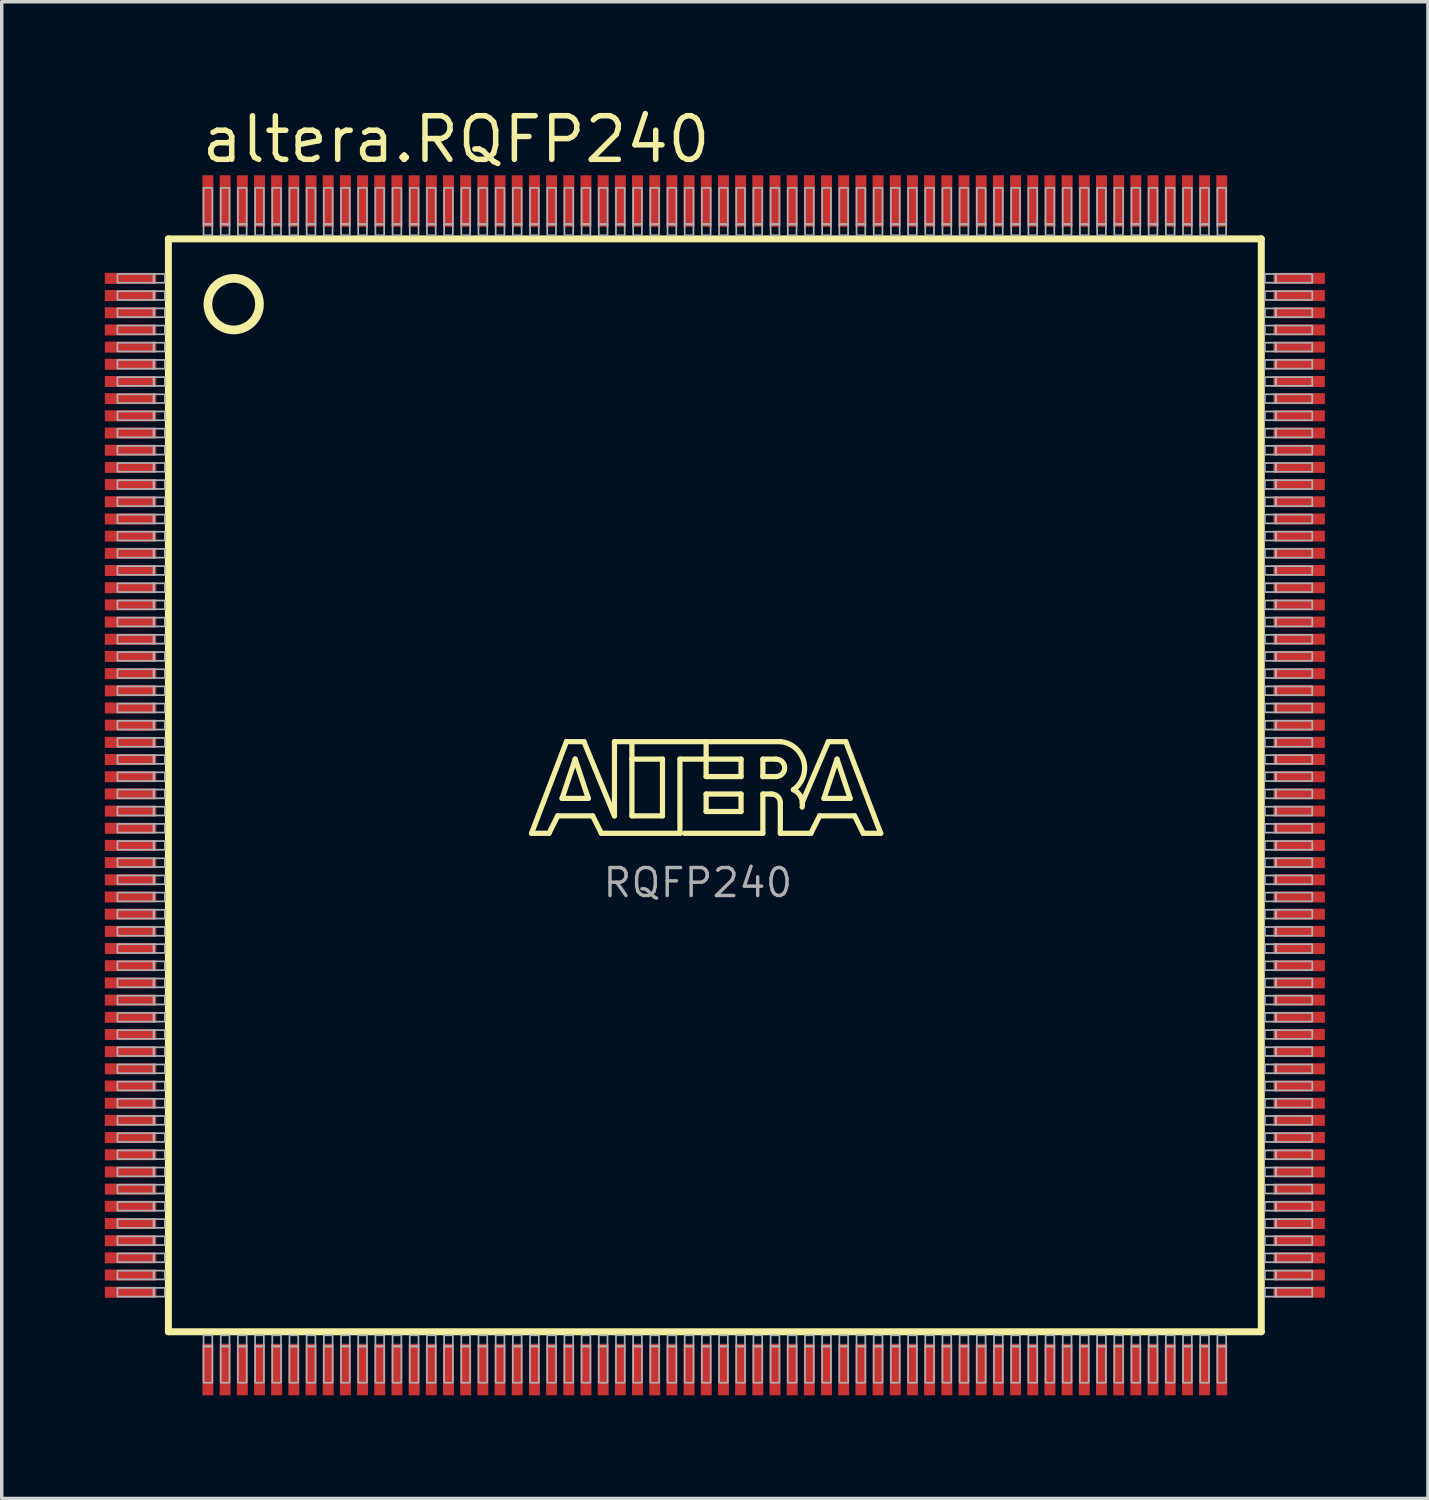
<source format=kicad_pcb>
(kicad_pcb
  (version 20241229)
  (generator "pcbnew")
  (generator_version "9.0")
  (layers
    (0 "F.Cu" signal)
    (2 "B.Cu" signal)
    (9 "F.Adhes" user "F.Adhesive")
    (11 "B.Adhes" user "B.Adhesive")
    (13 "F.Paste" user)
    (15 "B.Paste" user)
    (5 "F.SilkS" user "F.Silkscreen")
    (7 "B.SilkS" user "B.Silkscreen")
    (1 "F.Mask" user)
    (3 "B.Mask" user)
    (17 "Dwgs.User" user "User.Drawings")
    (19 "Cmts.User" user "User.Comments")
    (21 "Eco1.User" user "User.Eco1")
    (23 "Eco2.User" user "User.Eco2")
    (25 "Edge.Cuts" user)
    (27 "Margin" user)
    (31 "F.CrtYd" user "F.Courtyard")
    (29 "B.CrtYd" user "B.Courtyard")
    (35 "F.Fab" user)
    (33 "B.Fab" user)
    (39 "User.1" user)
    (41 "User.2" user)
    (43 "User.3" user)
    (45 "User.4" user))
  (footprint "altera.RQFP240"
    (layer "F.Cu")
    (at 17.75 19.8)
    (property "Reference" "altera.RQFP240" (at -15.01 -18.05 0) (layer "F.SilkS") (effects (font (size 1.27 1.27) (thickness 0.16)) (justify left bottom)))
    (attr smd)
    (fp_line (start -15.9 -15.9) (end -15.9 15.9) (stroke (width 0.203) (type default)) (layer "F.SilkS"))
    (fp_line (start -15.9 15.9) (end 15.9 15.9) (stroke (width 0.203) (type default)) (layer "F.SilkS"))
    (fp_line (start -5.334 1.397) (end -4.318 -1.27) (stroke (width 0.152) (type default)) (layer "F.SilkS"))
    (fp_line (start -4.826 1.397) (end -5.334 1.397) (stroke (width 0.152) (type default)) (layer "F.SilkS"))
    (fp_line (start -4.572 0.889) (end -4.826 1.397) (stroke (width 0.152) (type default)) (layer "F.SilkS"))
    (fp_line (start -4.445 0.381) (end -3.683 0.381) (stroke (width 0.152) (type default)) (layer "F.SilkS"))
    (fp_line (start -4.318 -1.27) (end -3.81 -1.27) (stroke (width 0.152) (type default)) (layer "F.SilkS"))
    (fp_line (start -4.064 -0.762) (end -4.445 0.381) (stroke (width 0.152) (type default)) (layer "F.SilkS"))
    (fp_line (start -3.81 -1.27) (end -2.921 0.889) (stroke (width 0.152) (type default)) (layer "F.SilkS"))
    (fp_line (start -3.683 0.381) (end -4.064 -0.762) (stroke (width 0.152) (type default)) (layer "F.SilkS"))
    (fp_line (start -3.556 0.889) (end -4.572 0.889) (stroke (width 0.152) (type default)) (layer "F.SilkS"))
    (fp_line (start -3.302 1.397) (end -3.556 0.889) (stroke (width 0.152) (type default)) (layer "F.SilkS"))
    (fp_line (start -2.921 -1.27) (end -2.413 -1.27) (stroke (width 0.152) (type default)) (layer "F.SilkS"))
    (fp_line (start -2.921 0.889) (end -2.921 -1.27) (stroke (width 0.152) (type default)) (layer "F.SilkS"))
    (fp_line (start -2.413 -1.27) (end -2.413 -0.762) (stroke (width 0.152) (type default)) (layer "F.SilkS"))
    (fp_line (start -2.413 -1.27) (end -0.254 -1.27) (stroke (width 0.152) (type default)) (layer "F.SilkS"))
    (fp_line (start -2.413 -0.762) (end -2.413 0.889) (stroke (width 0.152) (type default)) (layer "F.SilkS"))
    (fp_line (start -2.413 0.889) (end -1.524 0.889) (stroke (width 0.152) (type default)) (layer "F.SilkS"))
    (fp_line (start -1.524 -0.762) (end -2.413 -0.762) (stroke (width 0.152) (type default)) (layer "F.SilkS"))
    (fp_line (start -1.524 0.889) (end -1.524 -0.762) (stroke (width 0.152) (type default)) (layer "F.SilkS"))
    (fp_line (start -1.016 -0.762) (end -1.016 1.397) (stroke (width 0.152) (type default)) (layer "F.SilkS"))
    (fp_line (start -1.016 1.397) (end -3.302 1.397) (stroke (width 0.152) (type default)) (layer "F.SilkS"))
    (fp_line (start -0.254 -1.27) (end -0.254 -0.762) (stroke (width 0.152) (type default)) (layer "F.SilkS"))
    (fp_line (start -0.254 -1.27) (end 1.905 -1.27) (stroke (width 0.152) (type default)) (layer "F.SilkS"))
    (fp_line (start -0.254 -0.762) (end -1.016 -0.762) (stroke (width 0.152) (type default)) (layer "F.SilkS"))
    (fp_line (start -0.254 -0.762) (end -0.254 -0.254) (stroke (width 0.152) (type default)) (layer "F.SilkS"))
    (fp_line (start -0.254 -0.254) (end 0.762 -0.254) (stroke (width 0.152) (type default)) (layer "F.SilkS"))
    (fp_line (start -0.254 0.254) (end 0.762 0.254) (stroke (width 0.152) (type default)) (layer "F.SilkS"))
    (fp_line (start -0.254 0.762) (end -0.254 0.254) (stroke (width 0.152) (type default)) (layer "F.SilkS"))
    (fp_line (start 0.762 -0.762) (end -0.254 -0.762) (stroke (width 0.152) (type default)) (layer "F.SilkS"))
    (fp_line (start 0.762 -0.254) (end 0.762 -0.762) (stroke (width 0.152) (type default)) (layer "F.SilkS"))
    (fp_line (start 0.762 0.254) (end 0.762 0.762) (stroke (width 0.152) (type default)) (layer "F.SilkS"))
    (fp_line (start 0.762 0.762) (end -0.254 0.762) (stroke (width 0.152) (type default)) (layer "F.SilkS"))
    (fp_line (start 1.397 -0.762) (end 1.397 -0.254) (stroke (width 0.152) (type default)) (layer "F.SilkS"))
    (fp_line (start 1.397 -0.254) (end 1.778 -0.254) (stroke (width 0.152) (type default)) (layer "F.SilkS"))
    (fp_line (start 1.397 0.254) (end 1.397 1.397) (stroke (width 0.152) (type default)) (layer "F.SilkS"))
    (fp_line (start 1.397 0.254) (end 1.651 0.254) (stroke (width 0.152) (type default)) (layer "F.SilkS"))
    (fp_line (start 1.397 1.397) (end -0.889 1.397) (stroke (width 0.152) (type default)) (layer "F.SilkS"))
    (fp_line (start 1.778 -0.762) (end 1.397 -0.762) (stroke (width 0.152) (type default)) (layer "F.SilkS"))
    (fp_line (start 1.905 0.508) (end 1.905 1.397) (stroke (width 0.152) (type default)) (layer "F.SilkS"))
    (fp_line (start 1.905 1.397) (end 2.794 1.397) (stroke (width 0.152) (type default)) (layer "F.SilkS"))
    (fp_line (start 2.794 1.397) (end 3.048 0.889) (stroke (width 0.152) (type default)) (layer "F.SilkS"))
    (fp_line (start 3.048 0.889) (end 4.064 0.889) (stroke (width 0.152) (type default)) (layer "F.SilkS"))
    (fp_line (start 3.175 0.381) (end 3.556 -0.762) (stroke (width 0.152) (type default)) (layer "F.SilkS"))
    (fp_line (start 3.302 -1.27) (end 2.54 0.508) (stroke (width 0.152) (type default)) (layer "F.SilkS"))
    (fp_line (start 3.556 -0.762) (end 3.937 0.381) (stroke (width 0.152) (type default)) (layer "F.SilkS"))
    (fp_line (start 3.81 -1.27) (end 3.302 -1.27) (stroke (width 0.152) (type default)) (layer "F.SilkS"))
    (fp_line (start 3.937 0.381) (end 3.175 0.381) (stroke (width 0.152) (type default)) (layer "F.SilkS"))
    (fp_line (start 4.064 0.889) (end 4.318 1.397) (stroke (width 0.152) (type default)) (layer "F.SilkS"))
    (fp_line (start 4.318 1.397) (end 4.826 1.397) (stroke (width 0.152) (type default)) (layer "F.SilkS"))
    (fp_line (start 4.826 1.397) (end 3.81 -1.27) (stroke (width 0.152) (type default)) (layer "F.SilkS"))
    (fp_line (start 15.9 -15.9) (end -15.9 -15.9) (stroke (width 0.203) (type default)) (layer "F.SilkS"))
    (fp_line (start 15.9 15.9) (end 15.9 -15.9) (stroke (width 0.203) (type default)) (layer "F.SilkS"))
    (fp_arc (start 1.651 0.254) (mid 1.830605 0.328395) (end 1.905 0.508) (stroke (width 0.1524) (type default)) (layer "F.SilkS"))
    (fp_arc (start 1.778 -0.762) (mid 2.032 -0.508) (end 1.778 -0.254) (stroke (width 0.1524) (type default)) (layer "F.SilkS"))
    (fp_arc (start 1.905 -1.27) (mid 2.585094 -0.70463) (end 2.2861 0.1277) (stroke (width 0.1524) (type default)) (layer "F.SilkS"))
    (fp_arc (start 2.286 0.127) (mid 2.501981 0.336487) (end 2.5397 0.635) (stroke (width 0.1524) (type default)) (layer "F.SilkS"))
    (fp_circle (center -14 -14) (end -13.25 -14) (stroke (width 0.254) (type default)) (fill no) (layer "F.SilkS"))
    (fp_rect (start -17.383 -14.623) (end -16.316 -14.877) (stroke (width 0.05) (type default)) (fill no) (layer "F.Fab"))
    (fp_rect (start -17.383 -14.123) (end -16.316 -14.377) (stroke (width 0.05) (type default)) (fill no) (layer "F.Fab"))
    (fp_rect (start -17.383 -13.623) (end -16.316 -13.877) (stroke (width 0.05) (type default)) (fill no) (layer "F.Fab"))
    (fp_rect (start -17.383 -13.123) (end -16.316 -13.377) (stroke (width 0.05) (type default)) (fill no) (layer "F.Fab"))
    (fp_rect (start -17.383 -12.623) (end -16.316 -12.877) (stroke (width 0.05) (type default)) (fill no) (layer "F.Fab"))
    (fp_rect (start -17.383 -12.123) (end -16.316 -12.377) (stroke (width 0.05) (type default)) (fill no) (layer "F.Fab"))
    (fp_rect (start -17.383 -11.623) (end -16.316 -11.877) (stroke (width 0.05) (type default)) (fill no) (layer "F.Fab"))
    (fp_rect (start -17.383 -11.123) (end -16.316 -11.377) (stroke (width 0.05) (type default)) (fill no) (layer "F.Fab"))
    (fp_rect (start -17.383 -10.623) (end -16.316 -10.877) (stroke (width 0.05) (type default)) (fill no) (layer "F.Fab"))
    (fp_rect (start -17.383 -10.123) (end -16.316 -10.377) (stroke (width 0.05) (type default)) (fill no) (layer "F.Fab"))
    (fp_rect (start -17.383 -9.623) (end -16.316 -9.877) (stroke (width 0.05) (type default)) (fill no) (layer "F.Fab"))
    (fp_rect (start -17.383 -9.123) (end -16.316 -9.377) (stroke (width 0.05) (type default)) (fill no) (layer "F.Fab"))
    (fp_rect (start -17.383 -8.623) (end -16.316 -8.877) (stroke (width 0.05) (type default)) (fill no) (layer "F.Fab"))
    (fp_rect (start -17.383 -8.123) (end -16.316 -8.377) (stroke (width 0.05) (type default)) (fill no) (layer "F.Fab"))
    (fp_rect (start -17.383 -7.623) (end -16.316 -7.877) (stroke (width 0.05) (type default)) (fill no) (layer "F.Fab"))
    (fp_rect (start -17.383 -7.123) (end -16.316 -7.377) (stroke (width 0.05) (type default)) (fill no) (layer "F.Fab"))
    (fp_rect (start -17.383 -6.623) (end -16.316 -6.877) (stroke (width 0.05) (type default)) (fill no) (layer "F.Fab"))
    (fp_rect (start -17.383 -6.123) (end -16.316 -6.377) (stroke (width 0.05) (type default)) (fill no) (layer "F.Fab"))
    (fp_rect (start -17.383 -5.623) (end -16.316 -5.877) (stroke (width 0.05) (type default)) (fill no) (layer "F.Fab"))
    (fp_rect (start -17.383 -5.123) (end -16.316 -5.377) (stroke (width 0.05) (type default)) (fill no) (layer "F.Fab"))
    (fp_rect (start -17.383 -4.623) (end -16.316 -4.877) (stroke (width 0.05) (type default)) (fill no) (layer "F.Fab"))
    (fp_rect (start -17.383 -4.123) (end -16.316 -4.377) (stroke (width 0.05) (type default)) (fill no) (layer "F.Fab"))
    (fp_rect (start -17.383 -3.623) (end -16.316 -3.877) (stroke (width 0.05) (type default)) (fill no) (layer "F.Fab"))
    (fp_rect (start -17.383 -3.123) (end -16.316 -3.377) (stroke (width 0.05) (type default)) (fill no) (layer "F.Fab"))
    (fp_rect (start -17.383 -2.623) (end -16.316 -2.877) (stroke (width 0.05) (type default)) (fill no) (layer "F.Fab"))
    (fp_rect (start -17.383 -2.123) (end -16.316 -2.377) (stroke (width 0.05) (type default)) (fill no) (layer "F.Fab"))
    (fp_rect (start -17.383 -1.623) (end -16.316 -1.877) (stroke (width 0.05) (type default)) (fill no) (layer "F.Fab"))
    (fp_rect (start -17.383 -1.123) (end -16.316 -1.377) (stroke (width 0.05) (type default)) (fill no) (layer "F.Fab"))
    (fp_rect (start -17.383 -0.623) (end -16.316 -0.877) (stroke (width 0.05) (type default)) (fill no) (layer "F.Fab"))
    (fp_rect (start -17.383 -0.123) (end -16.316 -0.377) (stroke (width 0.05) (type default)) (fill no) (layer "F.Fab"))
    (fp_rect (start -17.383 0.377) (end -16.316 0.123) (stroke (width 0.05) (type default)) (fill no) (layer "F.Fab"))
    (fp_rect (start -17.383 0.877) (end -16.316 0.623) (stroke (width 0.05) (type default)) (fill no) (layer "F.Fab"))
    (fp_rect (start -17.383 1.377) (end -16.316 1.123) (stroke (width 0.05) (type default)) (fill no) (layer "F.Fab"))
    (fp_rect (start -17.383 1.877) (end -16.316 1.623) (stroke (width 0.05) (type default)) (fill no) (layer "F.Fab"))
    (fp_rect (start -17.383 2.377) (end -16.316 2.123) (stroke (width 0.05) (type default)) (fill no) (layer "F.Fab"))
    (fp_rect (start -17.383 2.877) (end -16.316 2.623) (stroke (width 0.05) (type default)) (fill no) (layer "F.Fab"))
    (fp_rect (start -17.383 3.377) (end -16.316 3.123) (stroke (width 0.05) (type default)) (fill no) (layer "F.Fab"))
    (fp_rect (start -17.383 3.877) (end -16.316 3.623) (stroke (width 0.05) (type default)) (fill no) (layer "F.Fab"))
    (fp_rect (start -17.383 4.377) (end -16.316 4.123) (stroke (width 0.05) (type default)) (fill no) (layer "F.Fab"))
    (fp_rect (start -17.383 4.877) (end -16.316 4.623) (stroke (width 0.05) (type default)) (fill no) (layer "F.Fab"))
    (fp_rect (start -17.383 5.377) (end -16.316 5.123) (stroke (width 0.05) (type default)) (fill no) (layer "F.Fab"))
    (fp_rect (start -17.383 5.877) (end -16.316 5.623) (stroke (width 0.05) (type default)) (fill no) (layer "F.Fab"))
    (fp_rect (start -17.383 6.377) (end -16.316 6.123) (stroke (width 0.05) (type default)) (fill no) (layer "F.Fab"))
    (fp_rect (start -17.383 6.877) (end -16.316 6.623) (stroke (width 0.05) (type default)) (fill no) (layer "F.Fab"))
    (fp_rect (start -17.383 7.377) (end -16.316 7.123) (stroke (width 0.05) (type default)) (fill no) (layer "F.Fab"))
    (fp_rect (start -17.383 7.877) (end -16.316 7.623) (stroke (width 0.05) (type default)) (fill no) (layer "F.Fab"))
    (fp_rect (start -17.383 8.377) (end -16.316 8.123) (stroke (width 0.05) (type default)) (fill no) (layer "F.Fab"))
    (fp_rect (start -17.383 8.877) (end -16.316 8.623) (stroke (width 0.05) (type default)) (fill no) (layer "F.Fab"))
    (fp_rect (start -17.383 9.377) (end -16.316 9.123) (stroke (width 0.05) (type default)) (fill no) (layer "F.Fab"))
    (fp_rect (start -17.383 9.877) (end -16.316 9.623) (stroke (width 0.05) (type default)) (fill no) (layer "F.Fab"))
    (fp_rect (start -17.383 10.377) (end -16.316 10.123) (stroke (width 0.05) (type default)) (fill no) (layer "F.Fab"))
    (fp_rect (start -17.383 10.877) (end -16.316 10.623) (stroke (width 0.05) (type default)) (fill no) (layer "F.Fab"))
    (fp_rect (start -17.383 11.377) (end -16.316 11.123) (stroke (width 0.05) (type default)) (fill no) (layer "F.Fab"))
    (fp_rect (start -17.383 11.877) (end -16.316 11.623) (stroke (width 0.05) (type default)) (fill no) (layer "F.Fab"))
    (fp_rect (start -17.383 12.377) (end -16.316 12.123) (stroke (width 0.05) (type default)) (fill no) (layer "F.Fab"))
    (fp_rect (start -17.383 12.877) (end -16.316 12.623) (stroke (width 0.05) (type default)) (fill no) (layer "F.Fab"))
    (fp_rect (start -17.383 13.377) (end -16.316 13.123) (stroke (width 0.05) (type default)) (fill no) (layer "F.Fab"))
    (fp_rect (start -17.383 13.877) (end -16.316 13.623) (stroke (width 0.05) (type default)) (fill no) (layer "F.Fab"))
    (fp_rect (start -17.383 14.377) (end -16.316 14.123) (stroke (width 0.05) (type default)) (fill no) (layer "F.Fab"))
    (fp_rect (start -17.383 14.877) (end -16.316 14.623) (stroke (width 0.05) (type default)) (fill no) (layer "F.Fab"))
    (fp_rect (start -16.333 -14.623) (end -16.003 -14.877) (stroke (width 0.05) (type default)) (fill no) (layer "F.Fab"))
    (fp_rect (start -16.333 -14.123) (end -16.003 -14.377) (stroke (width 0.05) (type default)) (fill no) (layer "F.Fab"))
    (fp_rect (start -16.333 -13.623) (end -16.003 -13.877) (stroke (width 0.05) (type default)) (fill no) (layer "F.Fab"))
    (fp_rect (start -16.333 -13.123) (end -16.003 -13.377) (stroke (width 0.05) (type default)) (fill no) (layer "F.Fab"))
    (fp_rect (start -16.333 -12.623) (end -16.003 -12.877) (stroke (width 0.05) (type default)) (fill no) (layer "F.Fab"))
    (fp_rect (start -16.333 -12.123) (end -16.003 -12.377) (stroke (width 0.05) (type default)) (fill no) (layer "F.Fab"))
    (fp_rect (start -16.333 -11.623) (end -16.003 -11.877) (stroke (width 0.05) (type default)) (fill no) (layer "F.Fab"))
    (fp_rect (start -16.333 -11.123) (end -16.003 -11.377) (stroke (width 0.05) (type default)) (fill no) (layer "F.Fab"))
    (fp_rect (start -16.333 -10.623) (end -16.003 -10.877) (stroke (width 0.05) (type default)) (fill no) (layer "F.Fab"))
    (fp_rect (start -16.333 -10.123) (end -16.003 -10.377) (stroke (width 0.05) (type default)) (fill no) (layer "F.Fab"))
    (fp_rect (start -16.333 -9.623) (end -16.003 -9.877) (stroke (width 0.05) (type default)) (fill no) (layer "F.Fab"))
    (fp_rect (start -16.333 -9.123) (end -16.003 -9.377) (stroke (width 0.05) (type default)) (fill no) (layer "F.Fab"))
    (fp_rect (start -16.333 -8.623) (end -16.003 -8.877) (stroke (width 0.05) (type default)) (fill no) (layer "F.Fab"))
    (fp_rect (start -16.333 -8.123) (end -16.003 -8.377) (stroke (width 0.05) (type default)) (fill no) (layer "F.Fab"))
    (fp_rect (start -16.333 -7.623) (end -16.003 -7.877) (stroke (width 0.05) (type default)) (fill no) (layer "F.Fab"))
    (fp_rect (start -16.333 -7.123) (end -16.003 -7.377) (stroke (width 0.05) (type default)) (fill no) (layer "F.Fab"))
    (fp_rect (start -16.333 -6.623) (end -16.003 -6.877) (stroke (width 0.05) (type default)) (fill no) (layer "F.Fab"))
    (fp_rect (start -16.333 -6.123) (end -16.003 -6.377) (stroke (width 0.05) (type default)) (fill no) (layer "F.Fab"))
    (fp_rect (start -16.333 -5.623) (end -16.003 -5.877) (stroke (width 0.05) (type default)) (fill no) (layer "F.Fab"))
    (fp_rect (start -16.333 -5.123) (end -16.003 -5.377) (stroke (width 0.05) (type default)) (fill no) (layer "F.Fab"))
    (fp_rect (start -16.333 -4.623) (end -16.003 -4.877) (stroke (width 0.05) (type default)) (fill no) (layer "F.Fab"))
    (fp_rect (start -16.333 -4.123) (end -16.003 -4.377) (stroke (width 0.05) (type default)) (fill no) (layer "F.Fab"))
    (fp_rect (start -16.333 -3.623) (end -16.003 -3.877) (stroke (width 0.05) (type default)) (fill no) (layer "F.Fab"))
    (fp_rect (start -16.333 -3.123) (end -16.003 -3.377) (stroke (width 0.05) (type default)) (fill no) (layer "F.Fab"))
    (fp_rect (start -16.333 -2.623) (end -16.003 -2.877) (stroke (width 0.05) (type default)) (fill no) (layer "F.Fab"))
    (fp_rect (start -16.333 -2.123) (end -16.003 -2.377) (stroke (width 0.05) (type default)) (fill no) (layer "F.Fab"))
    (fp_rect (start -16.333 -1.623) (end -16.003 -1.877) (stroke (width 0.05) (type default)) (fill no) (layer "F.Fab"))
    (fp_rect (start -16.333 -1.123) (end -16.003 -1.377) (stroke (width 0.05) (type default)) (fill no) (layer "F.Fab"))
    (fp_rect (start -16.333 -0.623) (end -16.003 -0.877) (stroke (width 0.05) (type default)) (fill no) (layer "F.Fab"))
    (fp_rect (start -16.333 -0.123) (end -16.003 -0.377) (stroke (width 0.05) (type default)) (fill no) (layer "F.Fab"))
    (fp_rect (start -16.333 0.377) (end -16.003 0.123) (stroke (width 0.05) (type default)) (fill no) (layer "F.Fab"))
    (fp_rect (start -16.333 0.877) (end -16.003 0.623) (stroke (width 0.05) (type default)) (fill no) (layer "F.Fab"))
    (fp_rect (start -16.333 1.377) (end -16.003 1.123) (stroke (width 0.05) (type default)) (fill no) (layer "F.Fab"))
    (fp_rect (start -16.333 1.877) (end -16.003 1.623) (stroke (width 0.05) (type default)) (fill no) (layer "F.Fab"))
    (fp_rect (start -16.333 2.377) (end -16.003 2.123) (stroke (width 0.05) (type default)) (fill no) (layer "F.Fab"))
    (fp_rect (start -16.333 2.877) (end -16.003 2.623) (stroke (width 0.05) (type default)) (fill no) (layer "F.Fab"))
    (fp_rect (start -16.333 3.377) (end -16.003 3.123) (stroke (width 0.05) (type default)) (fill no) (layer "F.Fab"))
    (fp_rect (start -16.333 3.877) (end -16.003 3.623) (stroke (width 0.05) (type default)) (fill no) (layer "F.Fab"))
    (fp_rect (start -16.333 4.377) (end -16.003 4.123) (stroke (width 0.05) (type default)) (fill no) (layer "F.Fab"))
    (fp_rect (start -16.333 4.877) (end -16.003 4.623) (stroke (width 0.05) (type default)) (fill no) (layer "F.Fab"))
    (fp_rect (start -16.333 5.377) (end -16.003 5.123) (stroke (width 0.05) (type default)) (fill no) (layer "F.Fab"))
    (fp_rect (start -16.333 5.877) (end -16.003 5.623) (stroke (width 0.05) (type default)) (fill no) (layer "F.Fab"))
    (fp_rect (start -16.333 6.377) (end -16.003 6.123) (stroke (width 0.05) (type default)) (fill no) (layer "F.Fab"))
    (fp_rect (start -16.333 6.877) (end -16.003 6.623) (stroke (width 0.05) (type default)) (fill no) (layer "F.Fab"))
    (fp_rect (start -16.333 7.377) (end -16.003 7.123) (stroke (width 0.05) (type default)) (fill no) (layer "F.Fab"))
    (fp_rect (start -16.333 7.877) (end -16.003 7.623) (stroke (width 0.05) (type default)) (fill no) (layer "F.Fab"))
    (fp_rect (start -16.333 8.377) (end -16.003 8.123) (stroke (width 0.05) (type default)) (fill no) (layer "F.Fab"))
    (fp_rect (start -16.333 8.877) (end -16.003 8.623) (stroke (width 0.05) (type default)) (fill no) (layer "F.Fab"))
    (fp_rect (start -16.333 9.377) (end -16.003 9.123) (stroke (width 0.05) (type default)) (fill no) (layer "F.Fab"))
    (fp_rect (start -16.333 9.877) (end -16.003 9.623) (stroke (width 0.05) (type default)) (fill no) (layer "F.Fab"))
    (fp_rect (start -16.333 10.377) (end -16.003 10.123) (stroke (width 0.05) (type default)) (fill no) (layer "F.Fab"))
    (fp_rect (start -16.333 10.877) (end -16.003 10.623) (stroke (width 0.05) (type default)) (fill no) (layer "F.Fab"))
    (fp_rect (start -16.333 11.377) (end -16.003 11.123) (stroke (width 0.05) (type default)) (fill no) (layer "F.Fab"))
    (fp_rect (start -16.333 11.877) (end -16.003 11.623) (stroke (width 0.05) (type default)) (fill no) (layer "F.Fab"))
    (fp_rect (start -16.333 12.377) (end -16.003 12.123) (stroke (width 0.05) (type default)) (fill no) (layer "F.Fab"))
    (fp_rect (start -16.333 12.877) (end -16.003 12.623) (stroke (width 0.05) (type default)) (fill no) (layer "F.Fab"))
    (fp_rect (start -16.333 13.377) (end -16.003 13.123) (stroke (width 0.05) (type default)) (fill no) (layer "F.Fab"))
    (fp_rect (start -16.333 13.877) (end -16.003 13.623) (stroke (width 0.05) (type default)) (fill no) (layer "F.Fab"))
    (fp_rect (start -16.333 14.377) (end -16.003 14.123) (stroke (width 0.05) (type default)) (fill no) (layer "F.Fab"))
    (fp_rect (start -16.333 14.877) (end -16.003 14.623) (stroke (width 0.05) (type default)) (fill no) (layer "F.Fab"))
    (fp_rect (start -14.877 -16.316) (end -14.623 -17.383) (stroke (width 0.05) (type default)) (fill no) (layer "F.Fab"))
    (fp_rect (start -14.877 -16.003) (end -14.623 -16.333) (stroke (width 0.05) (type default)) (fill no) (layer "F.Fab"))
    (fp_rect (start -14.877 16.333) (end -14.623 16.003) (stroke (width 0.05) (type default)) (fill no) (layer "F.Fab"))
    (fp_rect (start -14.877 17.383) (end -14.623 16.316) (stroke (width 0.05) (type default)) (fill no) (layer "F.Fab"))
    (fp_rect (start -14.377 -16.316) (end -14.123 -17.383) (stroke (width 0.05) (type default)) (fill no) (layer "F.Fab"))
    (fp_rect (start -14.377 -16.003) (end -14.123 -16.333) (stroke (width 0.05) (type default)) (fill no) (layer "F.Fab"))
    (fp_rect (start -14.377 16.333) (end -14.123 16.003) (stroke (width 0.05) (type default)) (fill no) (layer "F.Fab"))
    (fp_rect (start -14.377 17.383) (end -14.123 16.316) (stroke (width 0.05) (type default)) (fill no) (layer "F.Fab"))
    (fp_rect (start -13.877 -16.316) (end -13.623 -17.383) (stroke (width 0.05) (type default)) (fill no) (layer "F.Fab"))
    (fp_rect (start -13.877 -16.003) (end -13.623 -16.333) (stroke (width 0.05) (type default)) (fill no) (layer "F.Fab"))
    (fp_rect (start -13.877 16.333) (end -13.623 16.003) (stroke (width 0.05) (type default)) (fill no) (layer "F.Fab"))
    (fp_rect (start -13.877 17.383) (end -13.623 16.316) (stroke (width 0.05) (type default)) (fill no) (layer "F.Fab"))
    (fp_rect (start -13.377 -16.316) (end -13.123 -17.383) (stroke (width 0.05) (type default)) (fill no) (layer "F.Fab"))
    (fp_rect (start -13.377 -16.003) (end -13.123 -16.333) (stroke (width 0.05) (type default)) (fill no) (layer "F.Fab"))
    (fp_rect (start -13.377 16.333) (end -13.123 16.003) (stroke (width 0.05) (type default)) (fill no) (layer "F.Fab"))
    (fp_rect (start -13.377 17.383) (end -13.123 16.316) (stroke (width 0.05) (type default)) (fill no) (layer "F.Fab"))
    (fp_rect (start -12.877 -16.316) (end -12.623 -17.383) (stroke (width 0.05) (type default)) (fill no) (layer "F.Fab"))
    (fp_rect (start -12.877 -16.003) (end -12.623 -16.333) (stroke (width 0.05) (type default)) (fill no) (layer "F.Fab"))
    (fp_rect (start -12.877 16.333) (end -12.623 16.003) (stroke (width 0.05) (type default)) (fill no) (layer "F.Fab"))
    (fp_rect (start -12.877 17.383) (end -12.623 16.316) (stroke (width 0.05) (type default)) (fill no) (layer "F.Fab"))
    (fp_rect (start -12.377 -16.316) (end -12.123 -17.383) (stroke (width 0.05) (type default)) (fill no) (layer "F.Fab"))
    (fp_rect (start -12.377 -16.003) (end -12.123 -16.333) (stroke (width 0.05) (type default)) (fill no) (layer "F.Fab"))
    (fp_rect (start -12.377 16.333) (end -12.123 16.003) (stroke (width 0.05) (type default)) (fill no) (layer "F.Fab"))
    (fp_rect (start -12.377 17.383) (end -12.123 16.316) (stroke (width 0.05) (type default)) (fill no) (layer "F.Fab"))
    (fp_rect (start -11.877 -16.316) (end -11.623 -17.383) (stroke (width 0.05) (type default)) (fill no) (layer "F.Fab"))
    (fp_rect (start -11.877 -16.003) (end -11.623 -16.333) (stroke (width 0.05) (type default)) (fill no) (layer "F.Fab"))
    (fp_rect (start -11.877 16.333) (end -11.623 16.003) (stroke (width 0.05) (type default)) (fill no) (layer "F.Fab"))
    (fp_rect (start -11.877 17.383) (end -11.623 16.316) (stroke (width 0.05) (type default)) (fill no) (layer "F.Fab"))
    (fp_rect (start -11.377 -16.316) (end -11.123 -17.383) (stroke (width 0.05) (type default)) (fill no) (layer "F.Fab"))
    (fp_rect (start -11.377 -16.003) (end -11.123 -16.333) (stroke (width 0.05) (type default)) (fill no) (layer "F.Fab"))
    (fp_rect (start -11.377 16.333) (end -11.123 16.003) (stroke (width 0.05) (type default)) (fill no) (layer "F.Fab"))
    (fp_rect (start -11.377 17.383) (end -11.123 16.316) (stroke (width 0.05) (type default)) (fill no) (layer "F.Fab"))
    (fp_rect (start -10.877 -16.316) (end -10.623 -17.383) (stroke (width 0.05) (type default)) (fill no) (layer "F.Fab"))
    (fp_rect (start -10.877 -16.003) (end -10.623 -16.333) (stroke (width 0.05) (type default)) (fill no) (layer "F.Fab"))
    (fp_rect (start -10.877 16.333) (end -10.623 16.003) (stroke (width 0.05) (type default)) (fill no) (layer "F.Fab"))
    (fp_rect (start -10.877 17.383) (end -10.623 16.316) (stroke (width 0.05) (type default)) (fill no) (layer "F.Fab"))
    (fp_rect (start -10.377 -16.316) (end -10.123 -17.383) (stroke (width 0.05) (type default)) (fill no) (layer "F.Fab"))
    (fp_rect (start -10.377 -16.003) (end -10.123 -16.333) (stroke (width 0.05) (type default)) (fill no) (layer "F.Fab"))
    (fp_rect (start -10.377 16.333) (end -10.123 16.003) (stroke (width 0.05) (type default)) (fill no) (layer "F.Fab"))
    (fp_rect (start -10.377 17.383) (end -10.123 16.316) (stroke (width 0.05) (type default)) (fill no) (layer "F.Fab"))
    (fp_rect (start -9.877 -16.316) (end -9.623 -17.383) (stroke (width 0.05) (type default)) (fill no) (layer "F.Fab"))
    (fp_rect (start -9.877 -16.003) (end -9.623 -16.333) (stroke (width 0.05) (type default)) (fill no) (layer "F.Fab"))
    (fp_rect (start -9.877 16.333) (end -9.623 16.003) (stroke (width 0.05) (type default)) (fill no) (layer "F.Fab"))
    (fp_rect (start -9.877 17.383) (end -9.623 16.316) (stroke (width 0.05) (type default)) (fill no) (layer "F.Fab"))
    (fp_rect (start -9.377 -16.316) (end -9.123 -17.383) (stroke (width 0.05) (type default)) (fill no) (layer "F.Fab"))
    (fp_rect (start -9.377 -16.003) (end -9.123 -16.333) (stroke (width 0.05) (type default)) (fill no) (layer "F.Fab"))
    (fp_rect (start -9.377 16.333) (end -9.123 16.003) (stroke (width 0.05) (type default)) (fill no) (layer "F.Fab"))
    (fp_rect (start -9.377 17.383) (end -9.123 16.316) (stroke (width 0.05) (type default)) (fill no) (layer "F.Fab"))
    (fp_rect (start -8.877 -16.316) (end -8.623 -17.383) (stroke (width 0.05) (type default)) (fill no) (layer "F.Fab"))
    (fp_rect (start -8.877 -16.003) (end -8.623 -16.333) (stroke (width 0.05) (type default)) (fill no) (layer "F.Fab"))
    (fp_rect (start -8.877 16.333) (end -8.623 16.003) (stroke (width 0.05) (type default)) (fill no) (layer "F.Fab"))
    (fp_rect (start -8.877 17.383) (end -8.623 16.316) (stroke (width 0.05) (type default)) (fill no) (layer "F.Fab"))
    (fp_rect (start -8.377 -16.316) (end -8.123 -17.383) (stroke (width 0.05) (type default)) (fill no) (layer "F.Fab"))
    (fp_rect (start -8.377 -16.003) (end -8.123 -16.333) (stroke (width 0.05) (type default)) (fill no) (layer "F.Fab"))
    (fp_rect (start -8.377 16.333) (end -8.123 16.003) (stroke (width 0.05) (type default)) (fill no) (layer "F.Fab"))
    (fp_rect (start -8.377 17.383) (end -8.123 16.316) (stroke (width 0.05) (type default)) (fill no) (layer "F.Fab"))
    (fp_rect (start -7.877 -16.316) (end -7.623 -17.383) (stroke (width 0.05) (type default)) (fill no) (layer "F.Fab"))
    (fp_rect (start -7.877 -16.003) (end -7.623 -16.333) (stroke (width 0.05) (type default)) (fill no) (layer "F.Fab"))
    (fp_rect (start -7.877 16.333) (end -7.623 16.003) (stroke (width 0.05) (type default)) (fill no) (layer "F.Fab"))
    (fp_rect (start -7.877 17.383) (end -7.623 16.316) (stroke (width 0.05) (type default)) (fill no) (layer "F.Fab"))
    (fp_rect (start -7.377 -16.316) (end -7.123 -17.383) (stroke (width 0.05) (type default)) (fill no) (layer "F.Fab"))
    (fp_rect (start -7.377 -16.003) (end -7.123 -16.333) (stroke (width 0.05) (type default)) (fill no) (layer "F.Fab"))
    (fp_rect (start -7.377 16.333) (end -7.123 16.003) (stroke (width 0.05) (type default)) (fill no) (layer "F.Fab"))
    (fp_rect (start -7.377 17.383) (end -7.123 16.316) (stroke (width 0.05) (type default)) (fill no) (layer "F.Fab"))
    (fp_rect (start -6.877 -16.316) (end -6.623 -17.383) (stroke (width 0.05) (type default)) (fill no) (layer "F.Fab"))
    (fp_rect (start -6.877 -16.003) (end -6.623 -16.333) (stroke (width 0.05) (type default)) (fill no) (layer "F.Fab"))
    (fp_rect (start -6.877 16.333) (end -6.623 16.003) (stroke (width 0.05) (type default)) (fill no) (layer "F.Fab"))
    (fp_rect (start -6.877 17.383) (end -6.623 16.316) (stroke (width 0.05) (type default)) (fill no) (layer "F.Fab"))
    (fp_rect (start -6.377 -16.316) (end -6.123 -17.383) (stroke (width 0.05) (type default)) (fill no) (layer "F.Fab"))
    (fp_rect (start -6.377 -16.003) (end -6.123 -16.333) (stroke (width 0.05) (type default)) (fill no) (layer "F.Fab"))
    (fp_rect (start -6.377 16.333) (end -6.123 16.003) (stroke (width 0.05) (type default)) (fill no) (layer "F.Fab"))
    (fp_rect (start -6.377 17.383) (end -6.123 16.316) (stroke (width 0.05) (type default)) (fill no) (layer "F.Fab"))
    (fp_rect (start -5.877 -16.316) (end -5.623 -17.383) (stroke (width 0.05) (type default)) (fill no) (layer "F.Fab"))
    (fp_rect (start -5.877 -16.003) (end -5.623 -16.333) (stroke (width 0.05) (type default)) (fill no) (layer "F.Fab"))
    (fp_rect (start -5.877 16.333) (end -5.623 16.003) (stroke (width 0.05) (type default)) (fill no) (layer "F.Fab"))
    (fp_rect (start -5.877 17.383) (end -5.623 16.316) (stroke (width 0.05) (type default)) (fill no) (layer "F.Fab"))
    (fp_rect (start -5.377 -16.316) (end -5.123 -17.383) (stroke (width 0.05) (type default)) (fill no) (layer "F.Fab"))
    (fp_rect (start -5.377 -16.003) (end -5.123 -16.333) (stroke (width 0.05) (type default)) (fill no) (layer "F.Fab"))
    (fp_rect (start -5.377 16.333) (end -5.123 16.003) (stroke (width 0.05) (type default)) (fill no) (layer "F.Fab"))
    (fp_rect (start -5.377 17.383) (end -5.123 16.316) (stroke (width 0.05) (type default)) (fill no) (layer "F.Fab"))
    (fp_rect (start -4.877 -16.316) (end -4.623 -17.383) (stroke (width 0.05) (type default)) (fill no) (layer "F.Fab"))
    (fp_rect (start -4.877 -16.003) (end -4.623 -16.333) (stroke (width 0.05) (type default)) (fill no) (layer "F.Fab"))
    (fp_rect (start -4.877 16.333) (end -4.623 16.003) (stroke (width 0.05) (type default)) (fill no) (layer "F.Fab"))
    (fp_rect (start -4.877 17.383) (end -4.623 16.316) (stroke (width 0.05) (type default)) (fill no) (layer "F.Fab"))
    (fp_rect (start -4.377 -16.316) (end -4.123 -17.383) (stroke (width 0.05) (type default)) (fill no) (layer "F.Fab"))
    (fp_rect (start -4.377 -16.003) (end -4.123 -16.333) (stroke (width 0.05) (type default)) (fill no) (layer "F.Fab"))
    (fp_rect (start -4.377 16.333) (end -4.123 16.003) (stroke (width 0.05) (type default)) (fill no) (layer "F.Fab"))
    (fp_rect (start -4.377 17.383) (end -4.123 16.316) (stroke (width 0.05) (type default)) (fill no) (layer "F.Fab"))
    (fp_rect (start -3.877 -16.316) (end -3.623 -17.383) (stroke (width 0.05) (type default)) (fill no) (layer "F.Fab"))
    (fp_rect (start -3.877 -16.003) (end -3.623 -16.333) (stroke (width 0.05) (type default)) (fill no) (layer "F.Fab"))
    (fp_rect (start -3.877 16.333) (end -3.623 16.003) (stroke (width 0.05) (type default)) (fill no) (layer "F.Fab"))
    (fp_rect (start -3.877 17.383) (end -3.623 16.316) (stroke (width 0.05) (type default)) (fill no) (layer "F.Fab"))
    (fp_rect (start -3.377 -16.316) (end -3.123 -17.383) (stroke (width 0.05) (type default)) (fill no) (layer "F.Fab"))
    (fp_rect (start -3.377 -16.003) (end -3.123 -16.333) (stroke (width 0.05) (type default)) (fill no) (layer "F.Fab"))
    (fp_rect (start -3.377 16.333) (end -3.123 16.003) (stroke (width 0.05) (type default)) (fill no) (layer "F.Fab"))
    (fp_rect (start -3.377 17.383) (end -3.123 16.316) (stroke (width 0.05) (type default)) (fill no) (layer "F.Fab"))
    (fp_rect (start -2.877 -16.316) (end -2.623 -17.383) (stroke (width 0.05) (type default)) (fill no) (layer "F.Fab"))
    (fp_rect (start -2.877 -16.003) (end -2.623 -16.333) (stroke (width 0.05) (type default)) (fill no) (layer "F.Fab"))
    (fp_rect (start -2.877 16.333) (end -2.623 16.003) (stroke (width 0.05) (type default)) (fill no) (layer "F.Fab"))
    (fp_rect (start -2.877 17.383) (end -2.623 16.316) (stroke (width 0.05) (type default)) (fill no) (layer "F.Fab"))
    (fp_rect (start -2.377 -16.316) (end -2.123 -17.383) (stroke (width 0.05) (type default)) (fill no) (layer "F.Fab"))
    (fp_rect (start -2.377 -16.003) (end -2.123 -16.333) (stroke (width 0.05) (type default)) (fill no) (layer "F.Fab"))
    (fp_rect (start -2.377 16.333) (end -2.123 16.003) (stroke (width 0.05) (type default)) (fill no) (layer "F.Fab"))
    (fp_rect (start -2.377 17.383) (end -2.123 16.316) (stroke (width 0.05) (type default)) (fill no) (layer "F.Fab"))
    (fp_rect (start -1.877 -16.316) (end -1.623 -17.383) (stroke (width 0.05) (type default)) (fill no) (layer "F.Fab"))
    (fp_rect (start -1.877 -16.003) (end -1.623 -16.333) (stroke (width 0.05) (type default)) (fill no) (layer "F.Fab"))
    (fp_rect (start -1.877 16.333) (end -1.623 16.003) (stroke (width 0.05) (type default)) (fill no) (layer "F.Fab"))
    (fp_rect (start -1.877 17.383) (end -1.623 16.316) (stroke (width 0.05) (type default)) (fill no) (layer "F.Fab"))
    (fp_rect (start -1.377 -16.316) (end -1.123 -17.383) (stroke (width 0.05) (type default)) (fill no) (layer "F.Fab"))
    (fp_rect (start -1.377 -16.003) (end -1.123 -16.333) (stroke (width 0.05) (type default)) (fill no) (layer "F.Fab"))
    (fp_rect (start -1.377 16.333) (end -1.123 16.003) (stroke (width 0.05) (type default)) (fill no) (layer "F.Fab"))
    (fp_rect (start -1.377 17.383) (end -1.123 16.316) (stroke (width 0.05) (type default)) (fill no) (layer "F.Fab"))
    (fp_rect (start -0.877 -16.316) (end -0.623 -17.383) (stroke (width 0.05) (type default)) (fill no) (layer "F.Fab"))
    (fp_rect (start -0.877 -16.003) (end -0.623 -16.333) (stroke (width 0.05) (type default)) (fill no) (layer "F.Fab"))
    (fp_rect (start -0.877 16.333) (end -0.623 16.003) (stroke (width 0.05) (type default)) (fill no) (layer "F.Fab"))
    (fp_rect (start -0.877 17.383) (end -0.623 16.316) (stroke (width 0.05) (type default)) (fill no) (layer "F.Fab"))
    (fp_rect (start -0.377 -16.316) (end -0.123 -17.383) (stroke (width 0.05) (type default)) (fill no) (layer "F.Fab"))
    (fp_rect (start -0.377 -16.003) (end -0.123 -16.333) (stroke (width 0.05) (type default)) (fill no) (layer "F.Fab"))
    (fp_rect (start -0.377 16.333) (end -0.123 16.003) (stroke (width 0.05) (type default)) (fill no) (layer "F.Fab"))
    (fp_rect (start -0.377 17.383) (end -0.123 16.316) (stroke (width 0.05) (type default)) (fill no) (layer "F.Fab"))
    (fp_rect (start 0.123 -16.316) (end 0.377 -17.383) (stroke (width 0.05) (type default)) (fill no) (layer "F.Fab"))
    (fp_rect (start 0.123 -16.003) (end 0.377 -16.333) (stroke (width 0.05) (type default)) (fill no) (layer "F.Fab"))
    (fp_rect (start 0.123 16.333) (end 0.377 16.003) (stroke (width 0.05) (type default)) (fill no) (layer "F.Fab"))
    (fp_rect (start 0.123 17.383) (end 0.377 16.316) (stroke (width 0.05) (type default)) (fill no) (layer "F.Fab"))
    (fp_rect (start 0.623 -16.316) (end 0.877 -17.383) (stroke (width 0.05) (type default)) (fill no) (layer "F.Fab"))
    (fp_rect (start 0.623 -16.003) (end 0.877 -16.333) (stroke (width 0.05) (type default)) (fill no) (layer "F.Fab"))
    (fp_rect (start 0.623 16.333) (end 0.877 16.003) (stroke (width 0.05) (type default)) (fill no) (layer "F.Fab"))
    (fp_rect (start 0.623 17.383) (end 0.877 16.316) (stroke (width 0.05) (type default)) (fill no) (layer "F.Fab"))
    (fp_rect (start 1.123 -16.316) (end 1.377 -17.383) (stroke (width 0.05) (type default)) (fill no) (layer "F.Fab"))
    (fp_rect (start 1.123 -16.003) (end 1.377 -16.333) (stroke (width 0.05) (type default)) (fill no) (layer "F.Fab"))
    (fp_rect (start 1.123 16.333) (end 1.377 16.003) (stroke (width 0.05) (type default)) (fill no) (layer "F.Fab"))
    (fp_rect (start 1.123 17.383) (end 1.377 16.316) (stroke (width 0.05) (type default)) (fill no) (layer "F.Fab"))
    (fp_rect (start 1.623 -16.316) (end 1.877 -17.383) (stroke (width 0.05) (type default)) (fill no) (layer "F.Fab"))
    (fp_rect (start 1.623 -16.003) (end 1.877 -16.333) (stroke (width 0.05) (type default)) (fill no) (layer "F.Fab"))
    (fp_rect (start 1.623 16.333) (end 1.877 16.003) (stroke (width 0.05) (type default)) (fill no) (layer "F.Fab"))
    (fp_rect (start 1.623 17.383) (end 1.877 16.316) (stroke (width 0.05) (type default)) (fill no) (layer "F.Fab"))
    (fp_rect (start 2.123 -16.316) (end 2.377 -17.383) (stroke (width 0.05) (type default)) (fill no) (layer "F.Fab"))
    (fp_rect (start 2.123 -16.003) (end 2.377 -16.333) (stroke (width 0.05) (type default)) (fill no) (layer "F.Fab"))
    (fp_rect (start 2.123 16.333) (end 2.377 16.003) (stroke (width 0.05) (type default)) (fill no) (layer "F.Fab"))
    (fp_rect (start 2.123 17.383) (end 2.377 16.316) (stroke (width 0.05) (type default)) (fill no) (layer "F.Fab"))
    (fp_rect (start 2.623 -16.316) (end 2.877 -17.383) (stroke (width 0.05) (type default)) (fill no) (layer "F.Fab"))
    (fp_rect (start 2.623 -16.003) (end 2.877 -16.333) (stroke (width 0.05) (type default)) (fill no) (layer "F.Fab"))
    (fp_rect (start 2.623 16.333) (end 2.877 16.003) (stroke (width 0.05) (type default)) (fill no) (layer "F.Fab"))
    (fp_rect (start 2.623 17.383) (end 2.877 16.316) (stroke (width 0.05) (type default)) (fill no) (layer "F.Fab"))
    (fp_rect (start 3.123 -16.316) (end 3.377 -17.383) (stroke (width 0.05) (type default)) (fill no) (layer "F.Fab"))
    (fp_rect (start 3.123 -16.003) (end 3.377 -16.333) (stroke (width 0.05) (type default)) (fill no) (layer "F.Fab"))
    (fp_rect (start 3.123 16.333) (end 3.377 16.003) (stroke (width 0.05) (type default)) (fill no) (layer "F.Fab"))
    (fp_rect (start 3.123 17.383) (end 3.377 16.316) (stroke (width 0.05) (type default)) (fill no) (layer "F.Fab"))
    (fp_rect (start 3.623 -16.316) (end 3.877 -17.383) (stroke (width 0.05) (type default)) (fill no) (layer "F.Fab"))
    (fp_rect (start 3.623 -16.003) (end 3.877 -16.333) (stroke (width 0.05) (type default)) (fill no) (layer "F.Fab"))
    (fp_rect (start 3.623 16.333) (end 3.877 16.003) (stroke (width 0.05) (type default)) (fill no) (layer "F.Fab"))
    (fp_rect (start 3.623 17.383) (end 3.877 16.316) (stroke (width 0.05) (type default)) (fill no) (layer "F.Fab"))
    (fp_rect (start 4.123 -16.316) (end 4.377 -17.383) (stroke (width 0.05) (type default)) (fill no) (layer "F.Fab"))
    (fp_rect (start 4.123 -16.003) (end 4.377 -16.333) (stroke (width 0.05) (type default)) (fill no) (layer "F.Fab"))
    (fp_rect (start 4.123 16.333) (end 4.377 16.003) (stroke (width 0.05) (type default)) (fill no) (layer "F.Fab"))
    (fp_rect (start 4.123 17.383) (end 4.377 16.316) (stroke (width 0.05) (type default)) (fill no) (layer "F.Fab"))
    (fp_rect (start 4.623 -16.316) (end 4.877 -17.383) (stroke (width 0.05) (type default)) (fill no) (layer "F.Fab"))
    (fp_rect (start 4.623 -16.003) (end 4.877 -16.333) (stroke (width 0.05) (type default)) (fill no) (layer "F.Fab"))
    (fp_rect (start 4.623 16.333) (end 4.877 16.003) (stroke (width 0.05) (type default)) (fill no) (layer "F.Fab"))
    (fp_rect (start 4.623 17.383) (end 4.877 16.316) (stroke (width 0.05) (type default)) (fill no) (layer "F.Fab"))
    (fp_rect (start 5.123 -16.316) (end 5.377 -17.383) (stroke (width 0.05) (type default)) (fill no) (layer "F.Fab"))
    (fp_rect (start 5.123 -16.003) (end 5.377 -16.333) (stroke (width 0.05) (type default)) (fill no) (layer "F.Fab"))
    (fp_rect (start 5.123 16.333) (end 5.377 16.003) (stroke (width 0.05) (type default)) (fill no) (layer "F.Fab"))
    (fp_rect (start 5.123 17.383) (end 5.377 16.316) (stroke (width 0.05) (type default)) (fill no) (layer "F.Fab"))
    (fp_rect (start 5.623 -16.316) (end 5.877 -17.383) (stroke (width 0.05) (type default)) (fill no) (layer "F.Fab"))
    (fp_rect (start 5.623 -16.003) (end 5.877 -16.333) (stroke (width 0.05) (type default)) (fill no) (layer "F.Fab"))
    (fp_rect (start 5.623 16.333) (end 5.877 16.003) (stroke (width 0.05) (type default)) (fill no) (layer "F.Fab"))
    (fp_rect (start 5.623 17.383) (end 5.877 16.316) (stroke (width 0.05) (type default)) (fill no) (layer "F.Fab"))
    (fp_rect (start 6.123 -16.316) (end 6.377 -17.383) (stroke (width 0.05) (type default)) (fill no) (layer "F.Fab"))
    (fp_rect (start 6.123 -16.003) (end 6.377 -16.333) (stroke (width 0.05) (type default)) (fill no) (layer "F.Fab"))
    (fp_rect (start 6.123 16.333) (end 6.377 16.003) (stroke (width 0.05) (type default)) (fill no) (layer "F.Fab"))
    (fp_rect (start 6.123 17.383) (end 6.377 16.316) (stroke (width 0.05) (type default)) (fill no) (layer "F.Fab"))
    (fp_rect (start 6.623 -16.316) (end 6.877 -17.383) (stroke (width 0.05) (type default)) (fill no) (layer "F.Fab"))
    (fp_rect (start 6.623 -16.003) (end 6.877 -16.333) (stroke (width 0.05) (type default)) (fill no) (layer "F.Fab"))
    (fp_rect (start 6.623 16.333) (end 6.877 16.003) (stroke (width 0.05) (type default)) (fill no) (layer "F.Fab"))
    (fp_rect (start 6.623 17.383) (end 6.877 16.316) (stroke (width 0.05) (type default)) (fill no) (layer "F.Fab"))
    (fp_rect (start 7.123 -16.316) (end 7.377 -17.383) (stroke (width 0.05) (type default)) (fill no) (layer "F.Fab"))
    (fp_rect (start 7.123 -16.003) (end 7.377 -16.333) (stroke (width 0.05) (type default)) (fill no) (layer "F.Fab"))
    (fp_rect (start 7.123 16.333) (end 7.377 16.003) (stroke (width 0.05) (type default)) (fill no) (layer "F.Fab"))
    (fp_rect (start 7.123 17.383) (end 7.377 16.316) (stroke (width 0.05) (type default)) (fill no) (layer "F.Fab"))
    (fp_rect (start 7.623 -16.316) (end 7.877 -17.383) (stroke (width 0.05) (type default)) (fill no) (layer "F.Fab"))
    (fp_rect (start 7.623 -16.003) (end 7.877 -16.333) (stroke (width 0.05) (type default)) (fill no) (layer "F.Fab"))
    (fp_rect (start 7.623 16.333) (end 7.877 16.003) (stroke (width 0.05) (type default)) (fill no) (layer "F.Fab"))
    (fp_rect (start 7.623 17.383) (end 7.877 16.316) (stroke (width 0.05) (type default)) (fill no) (layer "F.Fab"))
    (fp_rect (start 8.123 -16.316) (end 8.377 -17.383) (stroke (width 0.05) (type default)) (fill no) (layer "F.Fab"))
    (fp_rect (start 8.123 -16.003) (end 8.377 -16.333) (stroke (width 0.05) (type default)) (fill no) (layer "F.Fab"))
    (fp_rect (start 8.123 16.333) (end 8.377 16.003) (stroke (width 0.05) (type default)) (fill no) (layer "F.Fab"))
    (fp_rect (start 8.123 17.383) (end 8.377 16.316) (stroke (width 0.05) (type default)) (fill no) (layer "F.Fab"))
    (fp_rect (start 8.623 -16.316) (end 8.877 -17.383) (stroke (width 0.05) (type default)) (fill no) (layer "F.Fab"))
    (fp_rect (start 8.623 -16.003) (end 8.877 -16.333) (stroke (width 0.05) (type default)) (fill no) (layer "F.Fab"))
    (fp_rect (start 8.623 16.333) (end 8.877 16.003) (stroke (width 0.05) (type default)) (fill no) (layer "F.Fab"))
    (fp_rect (start 8.623 17.383) (end 8.877 16.316) (stroke (width 0.05) (type default)) (fill no) (layer "F.Fab"))
    (fp_rect (start 9.123 -16.316) (end 9.377 -17.383) (stroke (width 0.05) (type default)) (fill no) (layer "F.Fab"))
    (fp_rect (start 9.123 -16.003) (end 9.377 -16.333) (stroke (width 0.05) (type default)) (fill no) (layer "F.Fab"))
    (fp_rect (start 9.123 16.333) (end 9.377 16.003) (stroke (width 0.05) (type default)) (fill no) (layer "F.Fab"))
    (fp_rect (start 9.123 17.383) (end 9.377 16.316) (stroke (width 0.05) (type default)) (fill no) (layer "F.Fab"))
    (fp_rect (start 9.623 -16.316) (end 9.877 -17.383) (stroke (width 0.05) (type default)) (fill no) (layer "F.Fab"))
    (fp_rect (start 9.623 -16.003) (end 9.877 -16.333) (stroke (width 0.05) (type default)) (fill no) (layer "F.Fab"))
    (fp_rect (start 9.623 16.333) (end 9.877 16.003) (stroke (width 0.05) (type default)) (fill no) (layer "F.Fab"))
    (fp_rect (start 9.623 17.383) (end 9.877 16.316) (stroke (width 0.05) (type default)) (fill no) (layer "F.Fab"))
    (fp_rect (start 10.123 -16.316) (end 10.377 -17.383) (stroke (width 0.05) (type default)) (fill no) (layer "F.Fab"))
    (fp_rect (start 10.123 -16.003) (end 10.377 -16.333) (stroke (width 0.05) (type default)) (fill no) (layer "F.Fab"))
    (fp_rect (start 10.123 16.333) (end 10.377 16.003) (stroke (width 0.05) (type default)) (fill no) (layer "F.Fab"))
    (fp_rect (start 10.123 17.383) (end 10.377 16.316) (stroke (width 0.05) (type default)) (fill no) (layer "F.Fab"))
    (fp_rect (start 10.623 -16.316) (end 10.877 -17.383) (stroke (width 0.05) (type default)) (fill no) (layer "F.Fab"))
    (fp_rect (start 10.623 -16.003) (end 10.877 -16.333) (stroke (width 0.05) (type default)) (fill no) (layer "F.Fab"))
    (fp_rect (start 10.623 16.333) (end 10.877 16.003) (stroke (width 0.05) (type default)) (fill no) (layer "F.Fab"))
    (fp_rect (start 10.623 17.383) (end 10.877 16.316) (stroke (width 0.05) (type default)) (fill no) (layer "F.Fab"))
    (fp_rect (start 11.123 -16.316) (end 11.377 -17.383) (stroke (width 0.05) (type default)) (fill no) (layer "F.Fab"))
    (fp_rect (start 11.123 -16.003) (end 11.377 -16.333) (stroke (width 0.05) (type default)) (fill no) (layer "F.Fab"))
    (fp_rect (start 11.123 16.333) (end 11.377 16.003) (stroke (width 0.05) (type default)) (fill no) (layer "F.Fab"))
    (fp_rect (start 11.123 17.383) (end 11.377 16.316) (stroke (width 0.05) (type default)) (fill no) (layer "F.Fab"))
    (fp_rect (start 11.623 -16.316) (end 11.877 -17.383) (stroke (width 0.05) (type default)) (fill no) (layer "F.Fab"))
    (fp_rect (start 11.623 -16.003) (end 11.877 -16.333) (stroke (width 0.05) (type default)) (fill no) (layer "F.Fab"))
    (fp_rect (start 11.623 16.333) (end 11.877 16.003) (stroke (width 0.05) (type default)) (fill no) (layer "F.Fab"))
    (fp_rect (start 11.623 17.383) (end 11.877 16.316) (stroke (width 0.05) (type default)) (fill no) (layer "F.Fab"))
    (fp_rect (start 12.123 -16.316) (end 12.377 -17.383) (stroke (width 0.05) (type default)) (fill no) (layer "F.Fab"))
    (fp_rect (start 12.123 -16.003) (end 12.377 -16.333) (stroke (width 0.05) (type default)) (fill no) (layer "F.Fab"))
    (fp_rect (start 12.123 16.333) (end 12.377 16.003) (stroke (width 0.05) (type default)) (fill no) (layer "F.Fab"))
    (fp_rect (start 12.123 17.383) (end 12.377 16.316) (stroke (width 0.05) (type default)) (fill no) (layer "F.Fab"))
    (fp_rect (start 12.623 -16.316) (end 12.877 -17.383) (stroke (width 0.05) (type default)) (fill no) (layer "F.Fab"))
    (fp_rect (start 12.623 -16.003) (end 12.877 -16.333) (stroke (width 0.05) (type default)) (fill no) (layer "F.Fab"))
    (fp_rect (start 12.623 16.333) (end 12.877 16.003) (stroke (width 0.05) (type default)) (fill no) (layer "F.Fab"))
    (fp_rect (start 12.623 17.383) (end 12.877 16.316) (stroke (width 0.05) (type default)) (fill no) (layer "F.Fab"))
    (fp_rect (start 13.123 -16.316) (end 13.377 -17.383) (stroke (width 0.05) (type default)) (fill no) (layer "F.Fab"))
    (fp_rect (start 13.123 -16.003) (end 13.377 -16.333) (stroke (width 0.05) (type default)) (fill no) (layer "F.Fab"))
    (fp_rect (start 13.123 16.333) (end 13.377 16.003) (stroke (width 0.05) (type default)) (fill no) (layer "F.Fab"))
    (fp_rect (start 13.123 17.383) (end 13.377 16.316) (stroke (width 0.05) (type default)) (fill no) (layer "F.Fab"))
    (fp_rect (start 13.623 -16.316) (end 13.877 -17.383) (stroke (width 0.05) (type default)) (fill no) (layer "F.Fab"))
    (fp_rect (start 13.623 -16.003) (end 13.877 -16.333) (stroke (width 0.05) (type default)) (fill no) (layer "F.Fab"))
    (fp_rect (start 13.623 16.333) (end 13.877 16.003) (stroke (width 0.05) (type default)) (fill no) (layer "F.Fab"))
    (fp_rect (start 13.623 17.383) (end 13.877 16.316) (stroke (width 0.05) (type default)) (fill no) (layer "F.Fab"))
    (fp_rect (start 14.123 -16.316) (end 14.377 -17.383) (stroke (width 0.05) (type default)) (fill no) (layer "F.Fab"))
    (fp_rect (start 14.123 -16.003) (end 14.377 -16.333) (stroke (width 0.05) (type default)) (fill no) (layer "F.Fab"))
    (fp_rect (start 14.123 16.333) (end 14.377 16.003) (stroke (width 0.05) (type default)) (fill no) (layer "F.Fab"))
    (fp_rect (start 14.123 17.383) (end 14.377 16.316) (stroke (width 0.05) (type default)) (fill no) (layer "F.Fab"))
    (fp_rect (start 14.623 -16.316) (end 14.877 -17.383) (stroke (width 0.05) (type default)) (fill no) (layer "F.Fab"))
    (fp_rect (start 14.623 -16.003) (end 14.877 -16.333) (stroke (width 0.05) (type default)) (fill no) (layer "F.Fab"))
    (fp_rect (start 14.623 16.333) (end 14.877 16.003) (stroke (width 0.05) (type default)) (fill no) (layer "F.Fab"))
    (fp_rect (start 14.623 17.383) (end 14.877 16.316) (stroke (width 0.05) (type default)) (fill no) (layer "F.Fab"))
    (fp_rect (start 16.003 -14.623) (end 16.333 -14.877) (stroke (width 0.05) (type default)) (fill no) (layer "F.Fab"))
    (fp_rect (start 16.003 -14.123) (end 16.333 -14.377) (stroke (width 0.05) (type default)) (fill no) (layer "F.Fab"))
    (fp_rect (start 16.003 -13.623) (end 16.333 -13.877) (stroke (width 0.05) (type default)) (fill no) (layer "F.Fab"))
    (fp_rect (start 16.003 -13.123) (end 16.333 -13.377) (stroke (width 0.05) (type default)) (fill no) (layer "F.Fab"))
    (fp_rect (start 16.003 -12.623) (end 16.333 -12.877) (stroke (width 0.05) (type default)) (fill no) (layer "F.Fab"))
    (fp_rect (start 16.003 -12.123) (end 16.333 -12.377) (stroke (width 0.05) (type default)) (fill no) (layer "F.Fab"))
    (fp_rect (start 16.003 -11.623) (end 16.333 -11.877) (stroke (width 0.05) (type default)) (fill no) (layer "F.Fab"))
    (fp_rect (start 16.003 -11.123) (end 16.333 -11.377) (stroke (width 0.05) (type default)) (fill no) (layer "F.Fab"))
    (fp_rect (start 16.003 -10.623) (end 16.333 -10.877) (stroke (width 0.05) (type default)) (fill no) (layer "F.Fab"))
    (fp_rect (start 16.003 -10.123) (end 16.333 -10.377) (stroke (width 0.05) (type default)) (fill no) (layer "F.Fab"))
    (fp_rect (start 16.003 -9.623) (end 16.333 -9.877) (stroke (width 0.05) (type default)) (fill no) (layer "F.Fab"))
    (fp_rect (start 16.003 -9.123) (end 16.333 -9.377) (stroke (width 0.05) (type default)) (fill no) (layer "F.Fab"))
    (fp_rect (start 16.003 -8.623) (end 16.333 -8.877) (stroke (width 0.05) (type default)) (fill no) (layer "F.Fab"))
    (fp_rect (start 16.003 -8.123) (end 16.333 -8.377) (stroke (width 0.05) (type default)) (fill no) (layer "F.Fab"))
    (fp_rect (start 16.003 -7.623) (end 16.333 -7.877) (stroke (width 0.05) (type default)) (fill no) (layer "F.Fab"))
    (fp_rect (start 16.003 -7.123) (end 16.333 -7.377) (stroke (width 0.05) (type default)) (fill no) (layer "F.Fab"))
    (fp_rect (start 16.003 -6.623) (end 16.333 -6.877) (stroke (width 0.05) (type default)) (fill no) (layer "F.Fab"))
    (fp_rect (start 16.003 -6.123) (end 16.333 -6.377) (stroke (width 0.05) (type default)) (fill no) (layer "F.Fab"))
    (fp_rect (start 16.003 -5.623) (end 16.333 -5.877) (stroke (width 0.05) (type default)) (fill no) (layer "F.Fab"))
    (fp_rect (start 16.003 -5.123) (end 16.333 -5.377) (stroke (width 0.05) (type default)) (fill no) (layer "F.Fab"))
    (fp_rect (start 16.003 -4.623) (end 16.333 -4.877) (stroke (width 0.05) (type default)) (fill no) (layer "F.Fab"))
    (fp_rect (start 16.003 -4.123) (end 16.333 -4.377) (stroke (width 0.05) (type default)) (fill no) (layer "F.Fab"))
    (fp_rect (start 16.003 -3.623) (end 16.333 -3.877) (stroke (width 0.05) (type default)) (fill no) (layer "F.Fab"))
    (fp_rect (start 16.003 -3.123) (end 16.333 -3.377) (stroke (width 0.05) (type default)) (fill no) (layer "F.Fab"))
    (fp_rect (start 16.003 -2.623) (end 16.333 -2.877) (stroke (width 0.05) (type default)) (fill no) (layer "F.Fab"))
    (fp_rect (start 16.003 -2.123) (end 16.333 -2.377) (stroke (width 0.05) (type default)) (fill no) (layer "F.Fab"))
    (fp_rect (start 16.003 -1.623) (end 16.333 -1.877) (stroke (width 0.05) (type default)) (fill no) (layer "F.Fab"))
    (fp_rect (start 16.003 -1.123) (end 16.333 -1.377) (stroke (width 0.05) (type default)) (fill no) (layer "F.Fab"))
    (fp_rect (start 16.003 -0.623) (end 16.333 -0.877) (stroke (width 0.05) (type default)) (fill no) (layer "F.Fab"))
    (fp_rect (start 16.003 -0.123) (end 16.333 -0.377) (stroke (width 0.05) (type default)) (fill no) (layer "F.Fab"))
    (fp_rect (start 16.003 0.377) (end 16.333 0.123) (stroke (width 0.05) (type default)) (fill no) (layer "F.Fab"))
    (fp_rect (start 16.003 0.877) (end 16.333 0.623) (stroke (width 0.05) (type default)) (fill no) (layer "F.Fab"))
    (fp_rect (start 16.003 1.377) (end 16.333 1.123) (stroke (width 0.05) (type default)) (fill no) (layer "F.Fab"))
    (fp_rect (start 16.003 1.877) (end 16.333 1.623) (stroke (width 0.05) (type default)) (fill no) (layer "F.Fab"))
    (fp_rect (start 16.003 2.377) (end 16.333 2.123) (stroke (width 0.05) (type default)) (fill no) (layer "F.Fab"))
    (fp_rect (start 16.003 2.877) (end 16.333 2.623) (stroke (width 0.05) (type default)) (fill no) (layer "F.Fab"))
    (fp_rect (start 16.003 3.377) (end 16.333 3.123) (stroke (width 0.05) (type default)) (fill no) (layer "F.Fab"))
    (fp_rect (start 16.003 3.877) (end 16.333 3.623) (stroke (width 0.05) (type default)) (fill no) (layer "F.Fab"))
    (fp_rect (start 16.003 4.377) (end 16.333 4.123) (stroke (width 0.05) (type default)) (fill no) (layer "F.Fab"))
    (fp_rect (start 16.003 4.877) (end 16.333 4.623) (stroke (width 0.05) (type default)) (fill no) (layer "F.Fab"))
    (fp_rect (start 16.003 5.377) (end 16.333 5.123) (stroke (width 0.05) (type default)) (fill no) (layer "F.Fab"))
    (fp_rect (start 16.003 5.877) (end 16.333 5.623) (stroke (width 0.05) (type default)) (fill no) (layer "F.Fab"))
    (fp_rect (start 16.003 6.377) (end 16.333 6.123) (stroke (width 0.05) (type default)) (fill no) (layer "F.Fab"))
    (fp_rect (start 16.003 6.877) (end 16.333 6.623) (stroke (width 0.05) (type default)) (fill no) (layer "F.Fab"))
    (fp_rect (start 16.003 7.377) (end 16.333 7.123) (stroke (width 0.05) (type default)) (fill no) (layer "F.Fab"))
    (fp_rect (start 16.003 7.877) (end 16.333 7.623) (stroke (width 0.05) (type default)) (fill no) (layer "F.Fab"))
    (fp_rect (start 16.003 8.377) (end 16.333 8.123) (stroke (width 0.05) (type default)) (fill no) (layer "F.Fab"))
    (fp_rect (start 16.003 8.877) (end 16.333 8.623) (stroke (width 0.05) (type default)) (fill no) (layer "F.Fab"))
    (fp_rect (start 16.003 9.377) (end 16.333 9.123) (stroke (width 0.05) (type default)) (fill no) (layer "F.Fab"))
    (fp_rect (start 16.003 9.877) (end 16.333 9.623) (stroke (width 0.05) (type default)) (fill no) (layer "F.Fab"))
    (fp_rect (start 16.003 10.377) (end 16.333 10.123) (stroke (width 0.05) (type default)) (fill no) (layer "F.Fab"))
    (fp_rect (start 16.003 10.877) (end 16.333 10.623) (stroke (width 0.05) (type default)) (fill no) (layer "F.Fab"))
    (fp_rect (start 16.003 11.377) (end 16.333 11.123) (stroke (width 0.05) (type default)) (fill no) (layer "F.Fab"))
    (fp_rect (start 16.003 11.877) (end 16.333 11.623) (stroke (width 0.05) (type default)) (fill no) (layer "F.Fab"))
    (fp_rect (start 16.003 12.377) (end 16.333 12.123) (stroke (width 0.05) (type default)) (fill no) (layer "F.Fab"))
    (fp_rect (start 16.003 12.877) (end 16.333 12.623) (stroke (width 0.05) (type default)) (fill no) (layer "F.Fab"))
    (fp_rect (start 16.003 13.377) (end 16.333 13.123) (stroke (width 0.05) (type default)) (fill no) (layer "F.Fab"))
    (fp_rect (start 16.003 13.877) (end 16.333 13.623) (stroke (width 0.05) (type default)) (fill no) (layer "F.Fab"))
    (fp_rect (start 16.003 14.377) (end 16.333 14.123) (stroke (width 0.05) (type default)) (fill no) (layer "F.Fab"))
    (fp_rect (start 16.003 14.877) (end 16.333 14.623) (stroke (width 0.05) (type default)) (fill no) (layer "F.Fab"))
    (fp_rect (start 16.316 -14.623) (end 17.383 -14.877) (stroke (width 0.05) (type default)) (fill no) (layer "F.Fab"))
    (fp_rect (start 16.316 -14.123) (end 17.383 -14.377) (stroke (width 0.05) (type default)) (fill no) (layer "F.Fab"))
    (fp_rect (start 16.316 -13.623) (end 17.383 -13.877) (stroke (width 0.05) (type default)) (fill no) (layer "F.Fab"))
    (fp_rect (start 16.316 -13.123) (end 17.383 -13.377) (stroke (width 0.05) (type default)) (fill no) (layer "F.Fab"))
    (fp_rect (start 16.316 -12.623) (end 17.383 -12.877) (stroke (width 0.05) (type default)) (fill no) (layer "F.Fab"))
    (fp_rect (start 16.316 -12.123) (end 17.383 -12.377) (stroke (width 0.05) (type default)) (fill no) (layer "F.Fab"))
    (fp_rect (start 16.316 -11.623) (end 17.383 -11.877) (stroke (width 0.05) (type default)) (fill no) (layer "F.Fab"))
    (fp_rect (start 16.316 -11.123) (end 17.383 -11.377) (stroke (width 0.05) (type default)) (fill no) (layer "F.Fab"))
    (fp_rect (start 16.316 -10.623) (end 17.383 -10.877) (stroke (width 0.05) (type default)) (fill no) (layer "F.Fab"))
    (fp_rect (start 16.316 -10.123) (end 17.383 -10.377) (stroke (width 0.05) (type default)) (fill no) (layer "F.Fab"))
    (fp_rect (start 16.316 -9.623) (end 17.383 -9.877) (stroke (width 0.05) (type default)) (fill no) (layer "F.Fab"))
    (fp_rect (start 16.316 -9.123) (end 17.383 -9.377) (stroke (width 0.05) (type default)) (fill no) (layer "F.Fab"))
    (fp_rect (start 16.316 -8.623) (end 17.383 -8.877) (stroke (width 0.05) (type default)) (fill no) (layer "F.Fab"))
    (fp_rect (start 16.316 -8.123) (end 17.383 -8.377) (stroke (width 0.05) (type default)) (fill no) (layer "F.Fab"))
    (fp_rect (start 16.316 -7.623) (end 17.383 -7.877) (stroke (width 0.05) (type default)) (fill no) (layer "F.Fab"))
    (fp_rect (start 16.316 -7.123) (end 17.383 -7.377) (stroke (width 0.05) (type default)) (fill no) (layer "F.Fab"))
    (fp_rect (start 16.316 -6.623) (end 17.383 -6.877) (stroke (width 0.05) (type default)) (fill no) (layer "F.Fab"))
    (fp_rect (start 16.316 -6.123) (end 17.383 -6.377) (stroke (width 0.05) (type default)) (fill no) (layer "F.Fab"))
    (fp_rect (start 16.316 -5.623) (end 17.383 -5.877) (stroke (width 0.05) (type default)) (fill no) (layer "F.Fab"))
    (fp_rect (start 16.316 -5.123) (end 17.383 -5.377) (stroke (width 0.05) (type default)) (fill no) (layer "F.Fab"))
    (fp_rect (start 16.316 -4.623) (end 17.383 -4.877) (stroke (width 0.05) (type default)) (fill no) (layer "F.Fab"))
    (fp_rect (start 16.316 -4.123) (end 17.383 -4.377) (stroke (width 0.05) (type default)) (fill no) (layer "F.Fab"))
    (fp_rect (start 16.316 -3.623) (end 17.383 -3.877) (stroke (width 0.05) (type default)) (fill no) (layer "F.Fab"))
    (fp_rect (start 16.316 -3.123) (end 17.383 -3.377) (stroke (width 0.05) (type default)) (fill no) (layer "F.Fab"))
    (fp_rect (start 16.316 -2.623) (end 17.383 -2.877) (stroke (width 0.05) (type default)) (fill no) (layer "F.Fab"))
    (fp_rect (start 16.316 -2.123) (end 17.383 -2.377) (stroke (width 0.05) (type default)) (fill no) (layer "F.Fab"))
    (fp_rect (start 16.316 -1.623) (end 17.383 -1.877) (stroke (width 0.05) (type default)) (fill no) (layer "F.Fab"))
    (fp_rect (start 16.316 -1.123) (end 17.383 -1.377) (stroke (width 0.05) (type default)) (fill no) (layer "F.Fab"))
    (fp_rect (start 16.316 -0.623) (end 17.383 -0.877) (stroke (width 0.05) (type default)) (fill no) (layer "F.Fab"))
    (fp_rect (start 16.316 -0.123) (end 17.383 -0.377) (stroke (width 0.05) (type default)) (fill no) (layer "F.Fab"))
    (fp_rect (start 16.316 0.377) (end 17.383 0.123) (stroke (width 0.05) (type default)) (fill no) (layer "F.Fab"))
    (fp_rect (start 16.316 0.877) (end 17.383 0.623) (stroke (width 0.05) (type default)) (fill no) (layer "F.Fab"))
    (fp_rect (start 16.316 1.377) (end 17.383 1.123) (stroke (width 0.05) (type default)) (fill no) (layer "F.Fab"))
    (fp_rect (start 16.316 1.877) (end 17.383 1.623) (stroke (width 0.05) (type default)) (fill no) (layer "F.Fab"))
    (fp_rect (start 16.316 2.377) (end 17.383 2.123) (stroke (width 0.05) (type default)) (fill no) (layer "F.Fab"))
    (fp_rect (start 16.316 2.877) (end 17.383 2.623) (stroke (width 0.05) (type default)) (fill no) (layer "F.Fab"))
    (fp_rect (start 16.316 3.377) (end 17.383 3.123) (stroke (width 0.05) (type default)) (fill no) (layer "F.Fab"))
    (fp_rect (start 16.316 3.877) (end 17.383 3.623) (stroke (width 0.05) (type default)) (fill no) (layer "F.Fab"))
    (fp_rect (start 16.316 4.377) (end 17.383 4.123) (stroke (width 0.05) (type default)) (fill no) (layer "F.Fab"))
    (fp_rect (start 16.316 4.877) (end 17.383 4.623) (stroke (width 0.05) (type default)) (fill no) (layer "F.Fab"))
    (fp_rect (start 16.316 5.377) (end 17.383 5.123) (stroke (width 0.05) (type default)) (fill no) (layer "F.Fab"))
    (fp_rect (start 16.316 5.877) (end 17.383 5.623) (stroke (width 0.05) (type default)) (fill no) (layer "F.Fab"))
    (fp_rect (start 16.316 6.377) (end 17.383 6.123) (stroke (width 0.05) (type default)) (fill no) (layer "F.Fab"))
    (fp_rect (start 16.316 6.877) (end 17.383 6.623) (stroke (width 0.05) (type default)) (fill no) (layer "F.Fab"))
    (fp_rect (start 16.316 7.377) (end 17.383 7.123) (stroke (width 0.05) (type default)) (fill no) (layer "F.Fab"))
    (fp_rect (start 16.316 7.877) (end 17.383 7.623) (stroke (width 0.05) (type default)) (fill no) (layer "F.Fab"))
    (fp_rect (start 16.316 8.377) (end 17.383 8.123) (stroke (width 0.05) (type default)) (fill no) (layer "F.Fab"))
    (fp_rect (start 16.316 8.877) (end 17.383 8.623) (stroke (width 0.05) (type default)) (fill no) (layer "F.Fab"))
    (fp_rect (start 16.316 9.377) (end 17.383 9.123) (stroke (width 0.05) (type default)) (fill no) (layer "F.Fab"))
    (fp_rect (start 16.316 9.877) (end 17.383 9.623) (stroke (width 0.05) (type default)) (fill no) (layer "F.Fab"))
    (fp_rect (start 16.316 10.377) (end 17.383 10.123) (stroke (width 0.05) (type default)) (fill no) (layer "F.Fab"))
    (fp_rect (start 16.316 10.877) (end 17.383 10.623) (stroke (width 0.05) (type default)) (fill no) (layer "F.Fab"))
    (fp_rect (start 16.316 11.377) (end 17.383 11.123) (stroke (width 0.05) (type default)) (fill no) (layer "F.Fab"))
    (fp_rect (start 16.316 11.877) (end 17.383 11.623) (stroke (width 0.05) (type default)) (fill no) (layer "F.Fab"))
    (fp_rect (start 16.316 12.377) (end 17.383 12.123) (stroke (width 0.05) (type default)) (fill no) (layer "F.Fab"))
    (fp_rect (start 16.316 12.877) (end 17.383 12.623) (stroke (width 0.05) (type default)) (fill no) (layer "F.Fab"))
    (fp_rect (start 16.316 13.377) (end 17.383 13.123) (stroke (width 0.05) (type default)) (fill no) (layer "F.Fab"))
    (fp_rect (start 16.316 13.877) (end 17.383 13.623) (stroke (width 0.05) (type default)) (fill no) (layer "F.Fab"))
    (fp_rect (start 16.316 14.377) (end 17.383 14.123) (stroke (width 0.05) (type default)) (fill no) (layer "F.Fab"))
    (fp_rect (start 16.316 14.877) (end 17.383 14.623) (stroke (width 0.05) (type default)) (fill no) (layer "F.Fab"))
    (fp_text user "RQFP240" (at -3.31 3.31 0) (layer "F.Fab") (effects (font (size 0.813 0.813) (thickness 0.1)) (justify left bottom)))
    (pad "1" smd roundrect (at -17 -14.75) (size 1.5 0.32) (layers "F.Cu" "F.Mask" "F.Paste") (roundrect_rratio 0.01))
    (pad "2" smd roundrect (at -17 -14.25) (size 1.5 0.32) (layers "F.Cu" "F.Mask" "F.Paste") (roundrect_rratio 0.01))
    (pad "3" smd roundrect (at -17 -13.75) (size 1.5 0.32) (layers "F.Cu" "F.Mask" "F.Paste") (roundrect_rratio 0.01))
    (pad "4" smd roundrect (at -17 -13.25) (size 1.5 0.32) (layers "F.Cu" "F.Mask" "F.Paste") (roundrect_rratio 0.01))
    (pad "5" smd roundrect (at -17 -12.75) (size 1.5 0.32) (layers "F.Cu" "F.Mask" "F.Paste") (roundrect_rratio 0.01))
    (pad "6" smd roundrect (at -17 -12.25) (size 1.5 0.32) (layers "F.Cu" "F.Mask" "F.Paste") (roundrect_rratio 0.01))
    (pad "7" smd roundrect (at -17 -11.75) (size 1.5 0.32) (layers "F.Cu" "F.Mask" "F.Paste") (roundrect_rratio 0.01))
    (pad "8" smd roundrect (at -17 -11.25) (size 1.5 0.32) (layers "F.Cu" "F.Mask" "F.Paste") (roundrect_rratio 0.01))
    (pad "9" smd roundrect (at -17 -10.75) (size 1.5 0.32) (layers "F.Cu" "F.Mask" "F.Paste") (roundrect_rratio 0.01))
    (pad "10" smd roundrect (at -17 -10.25) (size 1.5 0.32) (layers "F.Cu" "F.Mask" "F.Paste") (roundrect_rratio 0.01))
    (pad "11" smd roundrect (at -17 -9.75) (size 1.5 0.32) (layers "F.Cu" "F.Mask" "F.Paste") (roundrect_rratio 0.01))
    (pad "12" smd roundrect (at -17 -9.25) (size 1.5 0.32) (layers "F.Cu" "F.Mask" "F.Paste") (roundrect_rratio 0.01))
    (pad "13" smd roundrect (at -17 -8.75) (size 1.5 0.32) (layers "F.Cu" "F.Mask" "F.Paste") (roundrect_rratio 0.01))
    (pad "14" smd roundrect (at -17 -8.25) (size 1.5 0.32) (layers "F.Cu" "F.Mask" "F.Paste") (roundrect_rratio 0.01))
    (pad "15" smd roundrect (at -17 -7.75) (size 1.5 0.32) (layers "F.Cu" "F.Mask" "F.Paste") (roundrect_rratio 0.01))
    (pad "16" smd roundrect (at -17 -7.25) (size 1.5 0.32) (layers "F.Cu" "F.Mask" "F.Paste") (roundrect_rratio 0.01))
    (pad "17" smd roundrect (at -17 -6.75) (size 1.5 0.32) (layers "F.Cu" "F.Mask" "F.Paste") (roundrect_rratio 0.01))
    (pad "18" smd roundrect (at -17 -6.25) (size 1.5 0.32) (layers "F.Cu" "F.Mask" "F.Paste") (roundrect_rratio 0.01))
    (pad "19" smd roundrect (at -17 -5.75) (size 1.5 0.32) (layers "F.Cu" "F.Mask" "F.Paste") (roundrect_rratio 0.01))
    (pad "20" smd roundrect (at -17 -5.25) (size 1.5 0.32) (layers "F.Cu" "F.Mask" "F.Paste") (roundrect_rratio 0.01))
    (pad "21" smd roundrect (at -17 -4.75) (size 1.5 0.32) (layers "F.Cu" "F.Mask" "F.Paste") (roundrect_rratio 0.01))
    (pad "22" smd roundrect (at -17 -4.25) (size 1.5 0.32) (layers "F.Cu" "F.Mask" "F.Paste") (roundrect_rratio 0.01))
    (pad "23" smd roundrect (at -17 -3.75) (size 1.5 0.32) (layers "F.Cu" "F.Mask" "F.Paste") (roundrect_rratio 0.01))
    (pad "24" smd roundrect (at -17 -3.25) (size 1.5 0.32) (layers "F.Cu" "F.Mask" "F.Paste") (roundrect_rratio 0.01))
    (pad "25" smd roundrect (at -17 -2.75) (size 1.5 0.32) (layers "F.Cu" "F.Mask" "F.Paste") (roundrect_rratio 0.01))
    (pad "26" smd roundrect (at -17 -2.25) (size 1.5 0.32) (layers "F.Cu" "F.Mask" "F.Paste") (roundrect_rratio 0.01))
    (pad "27" smd roundrect (at -17 -1.75) (size 1.5 0.32) (layers "F.Cu" "F.Mask" "F.Paste") (roundrect_rratio 0.01))
    (pad "28" smd roundrect (at -17 -1.25) (size 1.5 0.32) (layers "F.Cu" "F.Mask" "F.Paste") (roundrect_rratio 0.01))
    (pad "29" smd roundrect (at -17 -0.75) (size 1.5 0.32) (layers "F.Cu" "F.Mask" "F.Paste") (roundrect_rratio 0.01))
    (pad "30" smd roundrect (at -17 -0.25) (size 1.5 0.32) (layers "F.Cu" "F.Mask" "F.Paste") (roundrect_rratio 0.01))
    (pad "31" smd roundrect (at -17 0.25) (size 1.5 0.32) (layers "F.Cu" "F.Mask" "F.Paste") (roundrect_rratio 0.01))
    (pad "32" smd roundrect (at -17 0.75) (size 1.5 0.32) (layers "F.Cu" "F.Mask" "F.Paste") (roundrect_rratio 0.01))
    (pad "33" smd roundrect (at -17 1.25) (size 1.5 0.32) (layers "F.Cu" "F.Mask" "F.Paste") (roundrect_rratio 0.01))
    (pad "34" smd roundrect (at -17 1.75) (size 1.5 0.32) (layers "F.Cu" "F.Mask" "F.Paste") (roundrect_rratio 0.01))
    (pad "35" smd roundrect (at -17 2.25) (size 1.5 0.32) (layers "F.Cu" "F.Mask" "F.Paste") (roundrect_rratio 0.01))
    (pad "36" smd roundrect (at -17 2.75) (size 1.5 0.32) (layers "F.Cu" "F.Mask" "F.Paste") (roundrect_rratio 0.01))
    (pad "37" smd roundrect (at -17 3.25) (size 1.5 0.32) (layers "F.Cu" "F.Mask" "F.Paste") (roundrect_rratio 0.01))
    (pad "38" smd roundrect (at -17 3.75) (size 1.5 0.32) (layers "F.Cu" "F.Mask" "F.Paste") (roundrect_rratio 0.01))
    (pad "39" smd roundrect (at -17 4.25) (size 1.5 0.32) (layers "F.Cu" "F.Mask" "F.Paste") (roundrect_rratio 0.01))
    (pad "40" smd roundrect (at -17 4.75) (size 1.5 0.32) (layers "F.Cu" "F.Mask" "F.Paste") (roundrect_rratio 0.01))
    (pad "41" smd roundrect (at -17 5.25) (size 1.5 0.32) (layers "F.Cu" "F.Mask" "F.Paste") (roundrect_rratio 0.01))
    (pad "42" smd roundrect (at -17 5.75) (size 1.5 0.32) (layers "F.Cu" "F.Mask" "F.Paste") (roundrect_rratio 0.01))
    (pad "43" smd roundrect (at -17 6.25) (size 1.5 0.32) (layers "F.Cu" "F.Mask" "F.Paste") (roundrect_rratio 0.01))
    (pad "44" smd roundrect (at -17 6.75) (size 1.5 0.32) (layers "F.Cu" "F.Mask" "F.Paste") (roundrect_rratio 0.01))
    (pad "45" smd roundrect (at -17 7.25) (size 1.5 0.32) (layers "F.Cu" "F.Mask" "F.Paste") (roundrect_rratio 0.01))
    (pad "46" smd roundrect (at -17 7.75) (size 1.5 0.32) (layers "F.Cu" "F.Mask" "F.Paste") (roundrect_rratio 0.01))
    (pad "47" smd roundrect (at -17 8.25) (size 1.5 0.32) (layers "F.Cu" "F.Mask" "F.Paste") (roundrect_rratio 0.01))
    (pad "48" smd roundrect (at -17 8.75) (size 1.5 0.32) (layers "F.Cu" "F.Mask" "F.Paste") (roundrect_rratio 0.01))
    (pad "49" smd roundrect (at -17 9.25) (size 1.5 0.32) (layers "F.Cu" "F.Mask" "F.Paste") (roundrect_rratio 0.01))
    (pad "50" smd roundrect (at -17 9.75) (size 1.5 0.32) (layers "F.Cu" "F.Mask" "F.Paste") (roundrect_rratio 0.01))
    (pad "51" smd roundrect (at -17 10.25) (size 1.5 0.32) (layers "F.Cu" "F.Mask" "F.Paste") (roundrect_rratio 0.01))
    (pad "52" smd roundrect (at -17 10.75) (size 1.5 0.32) (layers "F.Cu" "F.Mask" "F.Paste") (roundrect_rratio 0.01))
    (pad "53" smd roundrect (at -17 11.25) (size 1.5 0.32) (layers "F.Cu" "F.Mask" "F.Paste") (roundrect_rratio 0.01))
    (pad "54" smd roundrect (at -17 11.75) (size 1.5 0.32) (layers "F.Cu" "F.Mask" "F.Paste") (roundrect_rratio 0.01))
    (pad "55" smd roundrect (at -17 12.25) (size 1.5 0.32) (layers "F.Cu" "F.Mask" "F.Paste") (roundrect_rratio 0.01))
    (pad "56" smd roundrect (at -17 12.75) (size 1.5 0.32) (layers "F.Cu" "F.Mask" "F.Paste") (roundrect_rratio 0.01))
    (pad "57" smd roundrect (at -17 13.25) (size 1.5 0.32) (layers "F.Cu" "F.Mask" "F.Paste") (roundrect_rratio 0.01))
    (pad "58" smd roundrect (at -17 13.75) (size 1.5 0.32) (layers "F.Cu" "F.Mask" "F.Paste") (roundrect_rratio 0.01))
    (pad "59" smd roundrect (at -17 14.25) (size 1.5 0.32) (layers "F.Cu" "F.Mask" "F.Paste") (roundrect_rratio 0.01))
    (pad "60" smd roundrect (at -17 14.75) (size 1.5 0.32) (layers "F.Cu" "F.Mask" "F.Paste") (roundrect_rratio 0.01))
    (pad "61" smd roundrect (at -14.75 17) (size 0.32 1.5) (layers "F.Cu" "F.Mask" "F.Paste") (roundrect_rratio 0.01))
    (pad "62" smd roundrect (at -14.25 17) (size 0.32 1.5) (layers "F.Cu" "F.Mask" "F.Paste") (roundrect_rratio 0.01))
    (pad "63" smd roundrect (at -13.75 17) (size 0.32 1.5) (layers "F.Cu" "F.Mask" "F.Paste") (roundrect_rratio 0.01))
    (pad "64" smd roundrect (at -13.25 17) (size 0.32 1.5) (layers "F.Cu" "F.Mask" "F.Paste") (roundrect_rratio 0.01))
    (pad "65" smd roundrect (at -12.75 17) (size 0.32 1.5) (layers "F.Cu" "F.Mask" "F.Paste") (roundrect_rratio 0.01))
    (pad "66" smd roundrect (at -12.25 17) (size 0.32 1.5) (layers "F.Cu" "F.Mask" "F.Paste") (roundrect_rratio 0.01))
    (pad "67" smd roundrect (at -11.75 17) (size 0.32 1.5) (layers "F.Cu" "F.Mask" "F.Paste") (roundrect_rratio 0.01))
    (pad "68" smd roundrect (at -11.25 17) (size 0.32 1.5) (layers "F.Cu" "F.Mask" "F.Paste") (roundrect_rratio 0.01))
    (pad "69" smd roundrect (at -10.75 17) (size 0.32 1.5) (layers "F.Cu" "F.Mask" "F.Paste") (roundrect_rratio 0.01))
    (pad "70" smd roundrect (at -10.25 17) (size 0.32 1.5) (layers "F.Cu" "F.Mask" "F.Paste") (roundrect_rratio 0.01))
    (pad "71" smd roundrect (at -9.75 17) (size 0.32 1.5) (layers "F.Cu" "F.Mask" "F.Paste") (roundrect_rratio 0.01))
    (pad "72" smd roundrect (at -9.25 17) (size 0.32 1.5) (layers "F.Cu" "F.Mask" "F.Paste") (roundrect_rratio 0.01))
    (pad "73" smd roundrect (at -8.75 17) (size 0.32 1.5) (layers "F.Cu" "F.Mask" "F.Paste") (roundrect_rratio 0.01))
    (pad "74" smd roundrect (at -8.25 17) (size 0.32 1.5) (layers "F.Cu" "F.Mask" "F.Paste") (roundrect_rratio 0.01))
    (pad "75" smd roundrect (at -7.75 17) (size 0.32 1.5) (layers "F.Cu" "F.Mask" "F.Paste") (roundrect_rratio 0.01))
    (pad "76" smd roundrect (at -7.25 17) (size 0.32 1.5) (layers "F.Cu" "F.Mask" "F.Paste") (roundrect_rratio 0.01))
    (pad "77" smd roundrect (at -6.75 17) (size 0.32 1.5) (layers "F.Cu" "F.Mask" "F.Paste") (roundrect_rratio 0.01))
    (pad "78" smd roundrect (at -6.25 17) (size 0.32 1.5) (layers "F.Cu" "F.Mask" "F.Paste") (roundrect_rratio 0.01))
    (pad "79" smd roundrect (at -5.75 17) (size 0.32 1.5) (layers "F.Cu" "F.Mask" "F.Paste") (roundrect_rratio 0.01))
    (pad "80" smd roundrect (at -5.25 17) (size 0.32 1.5) (layers "F.Cu" "F.Mask" "F.Paste") (roundrect_rratio 0.01))
    (pad "81" smd roundrect (at -4.75 17) (size 0.32 1.5) (layers "F.Cu" "F.Mask" "F.Paste") (roundrect_rratio 0.01))
    (pad "82" smd roundrect (at -4.25 17) (size 0.32 1.5) (layers "F.Cu" "F.Mask" "F.Paste") (roundrect_rratio 0.01))
    (pad "83" smd roundrect (at -3.75 17) (size 0.32 1.5) (layers "F.Cu" "F.Mask" "F.Paste") (roundrect_rratio 0.01))
    (pad "84" smd roundrect (at -3.25 17) (size 0.32 1.5) (layers "F.Cu" "F.Mask" "F.Paste") (roundrect_rratio 0.01))
    (pad "85" smd roundrect (at -2.75 17) (size 0.32 1.5) (layers "F.Cu" "F.Mask" "F.Paste") (roundrect_rratio 0.01))
    (pad "86" smd roundrect (at -2.25 17) (size 0.32 1.5) (layers "F.Cu" "F.Mask" "F.Paste") (roundrect_rratio 0.01))
    (pad "87" smd roundrect (at -1.75 17) (size 0.32 1.5) (layers "F.Cu" "F.Mask" "F.Paste") (roundrect_rratio 0.01))
    (pad "88" smd roundrect (at -1.25 17) (size 0.32 1.5) (layers "F.Cu" "F.Mask" "F.Paste") (roundrect_rratio 0.01))
    (pad "89" smd roundrect (at -0.75 17) (size 0.32 1.5) (layers "F.Cu" "F.Mask" "F.Paste") (roundrect_rratio 0.01))
    (pad "90" smd roundrect (at -0.25 17) (size 0.32 1.5) (layers "F.Cu" "F.Mask" "F.Paste") (roundrect_rratio 0.01))
    (pad "91" smd roundrect (at 0.25 17) (size 0.32 1.5) (layers "F.Cu" "F.Mask" "F.Paste") (roundrect_rratio 0.01))
    (pad "92" smd roundrect (at 0.75 17) (size 0.32 1.5) (layers "F.Cu" "F.Mask" "F.Paste") (roundrect_rratio 0.01))
    (pad "93" smd roundrect (at 1.25 17) (size 0.32 1.5) (layers "F.Cu" "F.Mask" "F.Paste") (roundrect_rratio 0.01))
    (pad "94" smd roundrect (at 1.75 17) (size 0.32 1.5) (layers "F.Cu" "F.Mask" "F.Paste") (roundrect_rratio 0.01))
    (pad "95" smd roundrect (at 2.25 17) (size 0.32 1.5) (layers "F.Cu" "F.Mask" "F.Paste") (roundrect_rratio 0.01))
    (pad "96" smd roundrect (at 2.75 17) (size 0.32 1.5) (layers "F.Cu" "F.Mask" "F.Paste") (roundrect_rratio 0.01))
    (pad "97" smd roundrect (at 3.25 17) (size 0.32 1.5) (layers "F.Cu" "F.Mask" "F.Paste") (roundrect_rratio 0.01))
    (pad "98" smd roundrect (at 3.75 17) (size 0.32 1.5) (layers "F.Cu" "F.Mask" "F.Paste") (roundrect_rratio 0.01))
    (pad "99" smd roundrect (at 4.25 17) (size 0.32 1.5) (layers "F.Cu" "F.Mask" "F.Paste") (roundrect_rratio 0.01))
    (pad "100" smd roundrect (at 4.75 17) (size 0.32 1.5) (layers "F.Cu" "F.Mask" "F.Paste") (roundrect_rratio 0.01))
    (pad "101" smd roundrect (at 5.25 17) (size 0.32 1.5) (layers "F.Cu" "F.Mask" "F.Paste") (roundrect_rratio 0.01))
    (pad "102" smd roundrect (at 5.75 17) (size 0.32 1.5) (layers "F.Cu" "F.Mask" "F.Paste") (roundrect_rratio 0.01))
    (pad "103" smd roundrect (at 6.25 17) (size 0.32 1.5) (layers "F.Cu" "F.Mask" "F.Paste") (roundrect_rratio 0.01))
    (pad "104" smd roundrect (at 6.75 17) (size 0.32 1.5) (layers "F.Cu" "F.Mask" "F.Paste") (roundrect_rratio 0.01))
    (pad "105" smd roundrect (at 7.25 17) (size 0.32 1.5) (layers "F.Cu" "F.Mask" "F.Paste") (roundrect_rratio 0.01))
    (pad "106" smd roundrect (at 7.75 17) (size 0.32 1.5) (layers "F.Cu" "F.Mask" "F.Paste") (roundrect_rratio 0.01))
    (pad "107" smd roundrect (at 8.25 17) (size 0.32 1.5) (layers "F.Cu" "F.Mask" "F.Paste") (roundrect_rratio 0.01))
    (pad "108" smd roundrect (at 8.75 17) (size 0.32 1.5) (layers "F.Cu" "F.Mask" "F.Paste") (roundrect_rratio 0.01))
    (pad "109" smd roundrect (at 9.25 17) (size 0.32 1.5) (layers "F.Cu" "F.Mask" "F.Paste") (roundrect_rratio 0.01))
    (pad "110" smd roundrect (at 9.75 17) (size 0.32 1.5) (layers "F.Cu" "F.Mask" "F.Paste") (roundrect_rratio 0.01))
    (pad "111" smd roundrect (at 10.25 17) (size 0.32 1.5) (layers "F.Cu" "F.Mask" "F.Paste") (roundrect_rratio 0.01))
    (pad "112" smd roundrect (at 10.75 17) (size 0.32 1.5) (layers "F.Cu" "F.Mask" "F.Paste") (roundrect_rratio 0.01))
    (pad "113" smd roundrect (at 11.25 17) (size 0.32 1.5) (layers "F.Cu" "F.Mask" "F.Paste") (roundrect_rratio 0.01))
    (pad "114" smd roundrect (at 11.75 17) (size 0.32 1.5) (layers "F.Cu" "F.Mask" "F.Paste") (roundrect_rratio 0.01))
    (pad "115" smd roundrect (at 12.25 17) (size 0.32 1.5) (layers "F.Cu" "F.Mask" "F.Paste") (roundrect_rratio 0.01))
    (pad "116" smd roundrect (at 12.75 17) (size 0.32 1.5) (layers "F.Cu" "F.Mask" "F.Paste") (roundrect_rratio 0.01))
    (pad "117" smd roundrect (at 13.25 17) (size 0.32 1.5) (layers "F.Cu" "F.Mask" "F.Paste") (roundrect_rratio 0.01))
    (pad "118" smd roundrect (at 13.75 17) (size 0.32 1.5) (layers "F.Cu" "F.Mask" "F.Paste") (roundrect_rratio 0.01))
    (pad "119" smd roundrect (at 14.25 17) (size 0.32 1.5) (layers "F.Cu" "F.Mask" "F.Paste") (roundrect_rratio 0.01))
    (pad "120" smd roundrect (at 14.75 17) (size 0.32 1.5) (layers "F.Cu" "F.Mask" "F.Paste") (roundrect_rratio 0.01))
    (pad "121" smd roundrect (at 17 14.75) (size 1.5 0.32) (layers "F.Cu" "F.Mask" "F.Paste") (roundrect_rratio 0.01))
    (pad "122" smd roundrect (at 17 14.25) (size 1.5 0.32) (layers "F.Cu" "F.Mask" "F.Paste") (roundrect_rratio 0.01))
    (pad "123" smd roundrect (at 17 13.75) (size 1.5 0.32) (layers "F.Cu" "F.Mask" "F.Paste") (roundrect_rratio 0.01))
    (pad "124" smd roundrect (at 17 13.25) (size 1.5 0.32) (layers "F.Cu" "F.Mask" "F.Paste") (roundrect_rratio 0.01))
    (pad "125" smd roundrect (at 17 12.75) (size 1.5 0.32) (layers "F.Cu" "F.Mask" "F.Paste") (roundrect_rratio 0.01))
    (pad "126" smd roundrect (at 17 12.25) (size 1.5 0.32) (layers "F.Cu" "F.Mask" "F.Paste") (roundrect_rratio 0.01))
    (pad "127" smd roundrect (at 17 11.75) (size 1.5 0.32) (layers "F.Cu" "F.Mask" "F.Paste") (roundrect_rratio 0.01))
    (pad "128" smd roundrect (at 17 11.25) (size 1.5 0.32) (layers "F.Cu" "F.Mask" "F.Paste") (roundrect_rratio 0.01))
    (pad "129" smd roundrect (at 17 10.75) (size 1.5 0.32) (layers "F.Cu" "F.Mask" "F.Paste") (roundrect_rratio 0.01))
    (pad "130" smd roundrect (at 17 10.25) (size 1.5 0.32) (layers "F.Cu" "F.Mask" "F.Paste") (roundrect_rratio 0.01))
    (pad "131" smd roundrect (at 17 9.75) (size 1.5 0.32) (layers "F.Cu" "F.Mask" "F.Paste") (roundrect_rratio 0.01))
    (pad "132" smd roundrect (at 17 9.25) (size 1.5 0.32) (layers "F.Cu" "F.Mask" "F.Paste") (roundrect_rratio 0.01))
    (pad "133" smd roundrect (at 17 8.75) (size 1.5 0.32) (layers "F.Cu" "F.Mask" "F.Paste") (roundrect_rratio 0.01))
    (pad "134" smd roundrect (at 17 8.25) (size 1.5 0.32) (layers "F.Cu" "F.Mask" "F.Paste") (roundrect_rratio 0.01))
    (pad "135" smd roundrect (at 17 7.75) (size 1.5 0.32) (layers "F.Cu" "F.Mask" "F.Paste") (roundrect_rratio 0.01))
    (pad "136" smd roundrect (at 17 7.25) (size 1.5 0.32) (layers "F.Cu" "F.Mask" "F.Paste") (roundrect_rratio 0.01))
    (pad "137" smd roundrect (at 17 6.75) (size 1.5 0.32) (layers "F.Cu" "F.Mask" "F.Paste") (roundrect_rratio 0.01))
    (pad "138" smd roundrect (at 17 6.25) (size 1.5 0.32) (layers "F.Cu" "F.Mask" "F.Paste") (roundrect_rratio 0.01))
    (pad "139" smd roundrect (at 17 5.75) (size 1.5 0.32) (layers "F.Cu" "F.Mask" "F.Paste") (roundrect_rratio 0.01))
    (pad "140" smd roundrect (at 17 5.25) (size 1.5 0.32) (layers "F.Cu" "F.Mask" "F.Paste") (roundrect_rratio 0.01))
    (pad "141" smd roundrect (at 17 4.75) (size 1.5 0.32) (layers "F.Cu" "F.Mask" "F.Paste") (roundrect_rratio 0.01))
    (pad "142" smd roundrect (at 17 4.25) (size 1.5 0.32) (layers "F.Cu" "F.Mask" "F.Paste") (roundrect_rratio 0.01))
    (pad "143" smd roundrect (at 17 3.75) (size 1.5 0.32) (layers "F.Cu" "F.Mask" "F.Paste") (roundrect_rratio 0.01))
    (pad "144" smd roundrect (at 17 3.25) (size 1.5 0.32) (layers "F.Cu" "F.Mask" "F.Paste") (roundrect_rratio 0.01))
    (pad "145" smd roundrect (at 17 2.75) (size 1.5 0.32) (layers "F.Cu" "F.Mask" "F.Paste") (roundrect_rratio 0.01))
    (pad "146" smd roundrect (at 17 2.25) (size 1.5 0.32) (layers "F.Cu" "F.Mask" "F.Paste") (roundrect_rratio 0.01))
    (pad "147" smd roundrect (at 17 1.75) (size 1.5 0.32) (layers "F.Cu" "F.Mask" "F.Paste") (roundrect_rratio 0.01))
    (pad "148" smd roundrect (at 17 1.25) (size 1.5 0.32) (layers "F.Cu" "F.Mask" "F.Paste") (roundrect_rratio 0.01))
    (pad "149" smd roundrect (at 17 0.75) (size 1.5 0.32) (layers "F.Cu" "F.Mask" "F.Paste") (roundrect_rratio 0.01))
    (pad "150" smd roundrect (at 17 0.25) (size 1.5 0.32) (layers "F.Cu" "F.Mask" "F.Paste") (roundrect_rratio 0.01))
    (pad "151" smd roundrect (at 17 -0.25) (size 1.5 0.32) (layers "F.Cu" "F.Mask" "F.Paste") (roundrect_rratio 0.01))
    (pad "152" smd roundrect (at 17 -0.75) (size 1.5 0.32) (layers "F.Cu" "F.Mask" "F.Paste") (roundrect_rratio 0.01))
    (pad "153" smd roundrect (at 17 -1.25) (size 1.5 0.32) (layers "F.Cu" "F.Mask" "F.Paste") (roundrect_rratio 0.01))
    (pad "154" smd roundrect (at 17 -1.75) (size 1.5 0.32) (layers "F.Cu" "F.Mask" "F.Paste") (roundrect_rratio 0.01))
    (pad "155" smd roundrect (at 17 -2.25) (size 1.5 0.32) (layers "F.Cu" "F.Mask" "F.Paste") (roundrect_rratio 0.01))
    (pad "156" smd roundrect (at 17 -2.75) (size 1.5 0.32) (layers "F.Cu" "F.Mask" "F.Paste") (roundrect_rratio 0.01))
    (pad "157" smd roundrect (at 17 -3.25) (size 1.5 0.32) (layers "F.Cu" "F.Mask" "F.Paste") (roundrect_rratio 0.01))
    (pad "158" smd roundrect (at 17 -3.75) (size 1.5 0.32) (layers "F.Cu" "F.Mask" "F.Paste") (roundrect_rratio 0.01))
    (pad "159" smd roundrect (at 17 -4.25) (size 1.5 0.32) (layers "F.Cu" "F.Mask" "F.Paste") (roundrect_rratio 0.01))
    (pad "160" smd roundrect (at 17 -4.75) (size 1.5 0.32) (layers "F.Cu" "F.Mask" "F.Paste") (roundrect_rratio 0.01))
    (pad "161" smd roundrect (at 17 -5.25) (size 1.5 0.32) (layers "F.Cu" "F.Mask" "F.Paste") (roundrect_rratio 0.01))
    (pad "162" smd roundrect (at 17 -5.75) (size 1.5 0.32) (layers "F.Cu" "F.Mask" "F.Paste") (roundrect_rratio 0.01))
    (pad "163" smd roundrect (at 17 -6.25) (size 1.5 0.32) (layers "F.Cu" "F.Mask" "F.Paste") (roundrect_rratio 0.01))
    (pad "164" smd roundrect (at 17 -6.75) (size 1.5 0.32) (layers "F.Cu" "F.Mask" "F.Paste") (roundrect_rratio 0.01))
    (pad "165" smd roundrect (at 17 -7.25) (size 1.5 0.32) (layers "F.Cu" "F.Mask" "F.Paste") (roundrect_rratio 0.01))
    (pad "166" smd roundrect (at 17 -7.75) (size 1.5 0.32) (layers "F.Cu" "F.Mask" "F.Paste") (roundrect_rratio 0.01))
    (pad "167" smd roundrect (at 17 -8.25) (size 1.5 0.32) (layers "F.Cu" "F.Mask" "F.Paste") (roundrect_rratio 0.01))
    (pad "168" smd roundrect (at 17 -8.75) (size 1.5 0.32) (layers "F.Cu" "F.Mask" "F.Paste") (roundrect_rratio 0.01))
    (pad "169" smd roundrect (at 17 -9.25) (size 1.5 0.32) (layers "F.Cu" "F.Mask" "F.Paste") (roundrect_rratio 0.01))
    (pad "170" smd roundrect (at 17 -9.75) (size 1.5 0.32) (layers "F.Cu" "F.Mask" "F.Paste") (roundrect_rratio 0.01))
    (pad "171" smd roundrect (at 17 -10.25) (size 1.5 0.32) (layers "F.Cu" "F.Mask" "F.Paste") (roundrect_rratio 0.01))
    (pad "172" smd roundrect (at 17 -10.75) (size 1.5 0.32) (layers "F.Cu" "F.Mask" "F.Paste") (roundrect_rratio 0.01))
    (pad "173" smd roundrect (at 17 -11.25) (size 1.5 0.32) (layers "F.Cu" "F.Mask" "F.Paste") (roundrect_rratio 0.01))
    (pad "174" smd roundrect (at 17 -11.75) (size 1.5 0.32) (layers "F.Cu" "F.Mask" "F.Paste") (roundrect_rratio 0.01))
    (pad "175" smd roundrect (at 17 -12.25) (size 1.5 0.32) (layers "F.Cu" "F.Mask" "F.Paste") (roundrect_rratio 0.01))
    (pad "176" smd roundrect (at 17 -12.75) (size 1.5 0.32) (layers "F.Cu" "F.Mask" "F.Paste") (roundrect_rratio 0.01))
    (pad "177" smd roundrect (at 17 -13.25) (size 1.5 0.32) (layers "F.Cu" "F.Mask" "F.Paste") (roundrect_rratio 0.01))
    (pad "178" smd roundrect (at 17 -13.75) (size 1.5 0.32) (layers "F.Cu" "F.Mask" "F.Paste") (roundrect_rratio 0.01))
    (pad "179" smd roundrect (at 17 -14.25) (size 1.5 0.32) (layers "F.Cu" "F.Mask" "F.Paste") (roundrect_rratio 0.01))
    (pad "180" smd roundrect (at 17 -14.75) (size 1.5 0.32) (layers "F.Cu" "F.Mask" "F.Paste") (roundrect_rratio 0.01))
    (pad "181" smd roundrect (at 14.75 -17) (size 0.32 1.5) (layers "F.Cu" "F.Mask" "F.Paste") (roundrect_rratio 0.01))
    (pad "182" smd roundrect (at 14.25 -17) (size 0.32 1.5) (layers "F.Cu" "F.Mask" "F.Paste") (roundrect_rratio 0.01))
    (pad "183" smd roundrect (at 13.75 -17) (size 0.32 1.5) (layers "F.Cu" "F.Mask" "F.Paste") (roundrect_rratio 0.01))
    (pad "184" smd roundrect (at 13.25 -17) (size 0.32 1.5) (layers "F.Cu" "F.Mask" "F.Paste") (roundrect_rratio 0.01))
    (pad "185" smd roundrect (at 12.75 -17) (size 0.32 1.5) (layers "F.Cu" "F.Mask" "F.Paste") (roundrect_rratio 0.01))
    (pad "186" smd roundrect (at 12.25 -17) (size 0.32 1.5) (layers "F.Cu" "F.Mask" "F.Paste") (roundrect_rratio 0.01))
    (pad "187" smd roundrect (at 11.75 -17) (size 0.32 1.5) (layers "F.Cu" "F.Mask" "F.Paste") (roundrect_rratio 0.01))
    (pad "188" smd roundrect (at 11.25 -17) (size 0.32 1.5) (layers "F.Cu" "F.Mask" "F.Paste") (roundrect_rratio 0.01))
    (pad "189" smd roundrect (at 10.75 -17) (size 0.32 1.5) (layers "F.Cu" "F.Mask" "F.Paste") (roundrect_rratio 0.01))
    (pad "190" smd roundrect (at 10.25 -17) (size 0.32 1.5) (layers "F.Cu" "F.Mask" "F.Paste") (roundrect_rratio 0.01))
    (pad "191" smd roundrect (at 9.75 -17) (size 0.32 1.5) (layers "F.Cu" "F.Mask" "F.Paste") (roundrect_rratio 0.01))
    (pad "192" smd roundrect (at 9.25 -17) (size 0.32 1.5) (layers "F.Cu" "F.Mask" "F.Paste") (roundrect_rratio 0.01))
    (pad "193" smd roundrect (at 8.75 -17) (size 0.32 1.5) (layers "F.Cu" "F.Mask" "F.Paste") (roundrect_rratio 0.01))
    (pad "194" smd roundrect (at 8.25 -17) (size 0.32 1.5) (layers "F.Cu" "F.Mask" "F.Paste") (roundrect_rratio 0.01))
    (pad "195" smd roundrect (at 7.75 -17) (size 0.32 1.5) (layers "F.Cu" "F.Mask" "F.Paste") (roundrect_rratio 0.01))
    (pad "196" smd roundrect (at 7.25 -17) (size 0.32 1.5) (layers "F.Cu" "F.Mask" "F.Paste") (roundrect_rratio 0.01))
    (pad "197" smd roundrect (at 6.75 -17) (size 0.32 1.5) (layers "F.Cu" "F.Mask" "F.Paste") (roundrect_rratio 0.01))
    (pad "198" smd roundrect (at 6.25 -17) (size 0.32 1.5) (layers "F.Cu" "F.Mask" "F.Paste") (roundrect_rratio 0.01))
    (pad "199" smd roundrect (at 5.75 -17) (size 0.32 1.5) (layers "F.Cu" "F.Mask" "F.Paste") (roundrect_rratio 0.01))
    (pad "200" smd roundrect (at 5.25 -17) (size 0.32 1.5) (layers "F.Cu" "F.Mask" "F.Paste") (roundrect_rratio 0.01))
    (pad "201" smd roundrect (at 4.75 -17) (size 0.32 1.5) (layers "F.Cu" "F.Mask" "F.Paste") (roundrect_rratio 0.01))
    (pad "202" smd roundrect (at 4.25 -17) (size 0.32 1.5) (layers "F.Cu" "F.Mask" "F.Paste") (roundrect_rratio 0.01))
    (pad "203" smd roundrect (at 3.75 -17) (size 0.32 1.5) (layers "F.Cu" "F.Mask" "F.Paste") (roundrect_rratio 0.01))
    (pad "204" smd roundrect (at 3.25 -17) (size 0.32 1.5) (layers "F.Cu" "F.Mask" "F.Paste") (roundrect_rratio 0.01))
    (pad "205" smd roundrect (at 2.75 -17) (size 0.32 1.5) (layers "F.Cu" "F.Mask" "F.Paste") (roundrect_rratio 0.01))
    (pad "206" smd roundrect (at 2.25 -17) (size 0.32 1.5) (layers "F.Cu" "F.Mask" "F.Paste") (roundrect_rratio 0.01))
    (pad "207" smd roundrect (at 1.75 -17) (size 0.32 1.5) (layers "F.Cu" "F.Mask" "F.Paste") (roundrect_rratio 0.01))
    (pad "208" smd roundrect (at 1.25 -17) (size 0.32 1.5) (layers "F.Cu" "F.Mask" "F.Paste") (roundrect_rratio 0.01))
    (pad "209" smd roundrect (at 0.75 -17) (size 0.32 1.5) (layers "F.Cu" "F.Mask" "F.Paste") (roundrect_rratio 0.01))
    (pad "210" smd roundrect (at 0.25 -17) (size 0.32 1.5) (layers "F.Cu" "F.Mask" "F.Paste") (roundrect_rratio 0.01))
    (pad "211" smd roundrect (at -0.25 -17) (size 0.32 1.5) (layers "F.Cu" "F.Mask" "F.Paste") (roundrect_rratio 0.01))
    (pad "212" smd roundrect (at -0.75 -17) (size 0.32 1.5) (layers "F.Cu" "F.Mask" "F.Paste") (roundrect_rratio 0.01))
    (pad "213" smd roundrect (at -1.25 -17) (size 0.32 1.5) (layers "F.Cu" "F.Mask" "F.Paste") (roundrect_rratio 0.01))
    (pad "214" smd roundrect (at -1.75 -17) (size 0.32 1.5) (layers "F.Cu" "F.Mask" "F.Paste") (roundrect_rratio 0.01))
    (pad "215" smd roundrect (at -2.25 -17) (size 0.32 1.5) (layers "F.Cu" "F.Mask" "F.Paste") (roundrect_rratio 0.01))
    (pad "216" smd roundrect (at -2.75 -17) (size 0.32 1.5) (layers "F.Cu" "F.Mask" "F.Paste") (roundrect_rratio 0.01))
    (pad "217" smd roundrect (at -3.25 -17) (size 0.32 1.5) (layers "F.Cu" "F.Mask" "F.Paste") (roundrect_rratio 0.01))
    (pad "218" smd roundrect (at -3.75 -17) (size 0.32 1.5) (layers "F.Cu" "F.Mask" "F.Paste") (roundrect_rratio 0.01))
    (pad "219" smd roundrect (at -4.25 -17) (size 0.32 1.5) (layers "F.Cu" "F.Mask" "F.Paste") (roundrect_rratio 0.01))
    (pad "220" smd roundrect (at -4.75 -17) (size 0.32 1.5) (layers "F.Cu" "F.Mask" "F.Paste") (roundrect_rratio 0.01))
    (pad "221" smd roundrect (at -5.25 -17) (size 0.32 1.5) (layers "F.Cu" "F.Mask" "F.Paste") (roundrect_rratio 0.01))
    (pad "222" smd roundrect (at -5.75 -17) (size 0.32 1.5) (layers "F.Cu" "F.Mask" "F.Paste") (roundrect_rratio 0.01))
    (pad "223" smd roundrect (at -6.25 -17) (size 0.32 1.5) (layers "F.Cu" "F.Mask" "F.Paste") (roundrect_rratio 0.01))
    (pad "224" smd roundrect (at -6.75 -17) (size 0.32 1.5) (layers "F.Cu" "F.Mask" "F.Paste") (roundrect_rratio 0.01))
    (pad "225" smd roundrect (at -7.25 -17) (size 0.32 1.5) (layers "F.Cu" "F.Mask" "F.Paste") (roundrect_rratio 0.01))
    (pad "226" smd roundrect (at -7.75 -17) (size 0.32 1.5) (layers "F.Cu" "F.Mask" "F.Paste") (roundrect_rratio 0.01))
    (pad "227" smd roundrect (at -8.25 -17) (size 0.32 1.5) (layers "F.Cu" "F.Mask" "F.Paste") (roundrect_rratio 0.01))
    (pad "228" smd roundrect (at -8.75 -17) (size 0.32 1.5) (layers "F.Cu" "F.Mask" "F.Paste") (roundrect_rratio 0.01))
    (pad "229" smd roundrect (at -9.25 -17) (size 0.32 1.5) (layers "F.Cu" "F.Mask" "F.Paste") (roundrect_rratio 0.01))
    (pad "230" smd roundrect (at -9.75 -17) (size 0.32 1.5) (layers "F.Cu" "F.Mask" "F.Paste") (roundrect_rratio 0.01))
    (pad "231" smd roundrect (at -10.25 -17) (size 0.32 1.5) (layers "F.Cu" "F.Mask" "F.Paste") (roundrect_rratio 0.01))
    (pad "232" smd roundrect (at -10.75 -17) (size 0.32 1.5) (layers "F.Cu" "F.Mask" "F.Paste") (roundrect_rratio 0.01))
    (pad "233" smd roundrect (at -11.25 -17) (size 0.32 1.5) (layers "F.Cu" "F.Mask" "F.Paste") (roundrect_rratio 0.01))
    (pad "234" smd roundrect (at -11.75 -17) (size 0.32 1.5) (layers "F.Cu" "F.Mask" "F.Paste") (roundrect_rratio 0.01))
    (pad "235" smd roundrect (at -12.25 -17) (size 0.32 1.5) (layers "F.Cu" "F.Mask" "F.Paste") (roundrect_rratio 0.01))
    (pad "236" smd roundrect (at -12.75 -17) (size 0.32 1.5) (layers "F.Cu" "F.Mask" "F.Paste") (roundrect_rratio 0.01))
    (pad "237" smd roundrect (at -13.25 -17) (size 0.32 1.5) (layers "F.Cu" "F.Mask" "F.Paste") (roundrect_rratio 0.01))
    (pad "238" smd roundrect (at -13.75 -17) (size 0.32 1.5) (layers "F.Cu" "F.Mask" "F.Paste") (roundrect_rratio 0.01))
    (pad "239" smd roundrect (at -14.25 -17) (size 0.32 1.5) (layers "F.Cu" "F.Mask" "F.Paste") (roundrect_rratio 0.01))
    (pad "240" smd roundrect (at -14.75 -17) (size 0.32 1.5) (layers "F.Cu" "F.Mask" "F.Paste") (roundrect_rratio 0.01)))
  (gr_rect
    (start -3 -3)
    (end 38.5 40.55)
    (stroke (width 0.1) (type default))
    (fill no)
    (layer "Edge.Cuts")))
</source>
